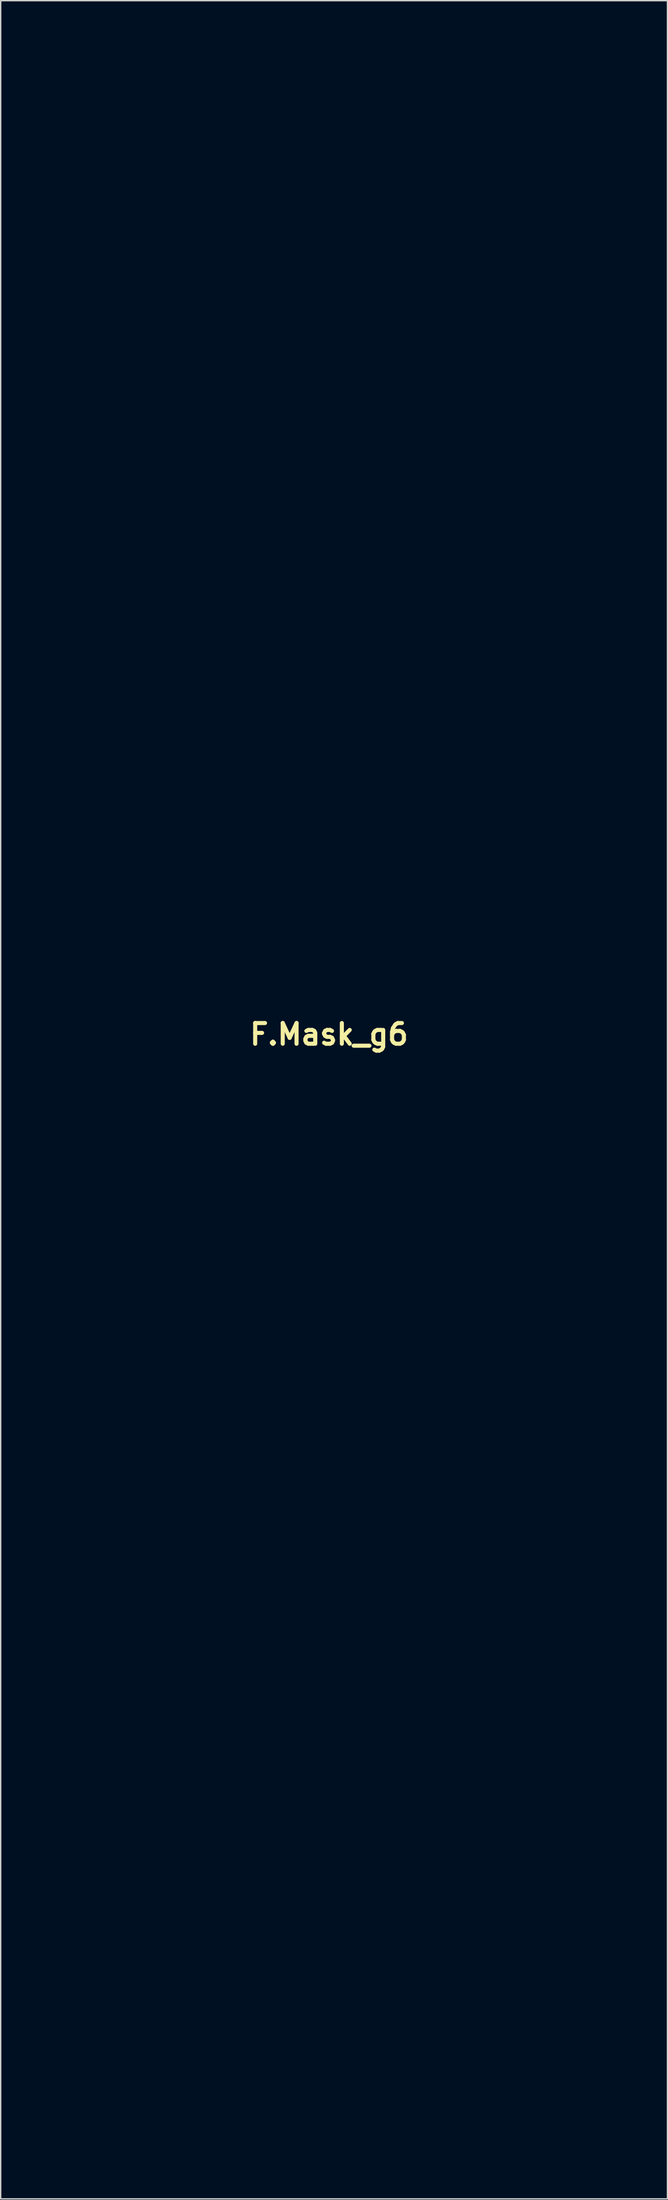
<source format=kicad_pcb>
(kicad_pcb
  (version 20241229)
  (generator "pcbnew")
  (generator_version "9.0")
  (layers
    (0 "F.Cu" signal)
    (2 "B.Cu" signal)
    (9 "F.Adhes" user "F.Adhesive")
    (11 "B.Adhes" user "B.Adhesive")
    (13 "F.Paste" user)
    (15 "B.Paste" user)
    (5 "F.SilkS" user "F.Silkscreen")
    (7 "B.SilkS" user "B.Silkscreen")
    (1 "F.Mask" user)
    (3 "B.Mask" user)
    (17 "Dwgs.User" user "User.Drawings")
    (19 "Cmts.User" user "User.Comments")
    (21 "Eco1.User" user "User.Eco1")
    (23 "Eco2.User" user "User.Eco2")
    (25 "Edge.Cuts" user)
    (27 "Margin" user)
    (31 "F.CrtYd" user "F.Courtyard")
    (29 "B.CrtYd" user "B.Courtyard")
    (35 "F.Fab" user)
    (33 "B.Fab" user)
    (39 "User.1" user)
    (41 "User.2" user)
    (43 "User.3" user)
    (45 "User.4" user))
  (footprint "F.Mask_g6"
    (layer "F.Cu")
    (at 21.197 73.065)
    (property "Reference" "F.Mask_g6" (at 0 0 0) (layer "F.SilkS") (effects (font (size 1.524 1.524) (thickness 0.3))))
    (attr through_hole)
    (fp_poly (pts (xy 7.835 -29.71) (xy 7.912 -29.689) (xy 7.915 -29.688) (xy 7.934 -29.673) (xy 7.973 -29.637) (xy 8.032 -29.58) (xy 8.109 -29.505) (xy 8.203 -29.411) (xy 8.314 -29.301) (xy 8.439 -29.176) (xy 8.577 -29.037) (xy 8.728 -28.884) (xy 8.89 -28.721) (xy 9.062 -28.547) (xy 9.242 -28.364) (xy 9.43 -28.173) (xy 9.624 -27.975) (xy 9.823 -27.772) (xy 10.025 -27.566) (xy 10.23 -27.356) (xy 10.437 -27.145) (xy 10.643 -26.934) (xy 10.848 -26.723) (xy 11.051 -26.515) (xy 11.25 -26.31) (xy 11.444 -26.11) (xy 11.633 -25.916) (xy 11.814 -25.729) (xy 11.986 -25.551) (xy 12.149 -25.383) (xy 12.3 -25.225) (xy 12.44 -25.08) (xy 12.566 -24.948) (xy 12.677 -24.831) (xy 12.773 -24.73) (xy 12.852 -24.646) (xy 12.912 -24.58) (xy 12.953 -24.535) (xy 12.973 -24.51) (xy 12.974 -24.508) (xy 13.009 -24.413) (xy 13.018 -24.311) (xy 13.001 -24.212) (xy 12.981 -24.165) (xy 12.966 -24.146) (xy 12.929 -24.108) (xy 12.871 -24.05) (xy 12.794 -23.974) (xy 12.699 -23.881) (xy 12.587 -23.773) (xy 12.459 -23.65) (xy 12.317 -23.514) (xy 12.162 -23.366) (xy 11.995 -23.207) (xy 11.818 -23.038) (xy 11.631 -22.861) (xy 11.437 -22.676) (xy 11.236 -22.486) (xy 11.03 -22.29) (xy 10.819 -22.091) (xy 10.606 -21.89) (xy 10.391 -21.687) (xy 10.176 -21.484) (xy 9.962 -21.283) (xy 9.75 -21.083) (xy 9.542 -20.888) (xy 9.338 -20.697) (xy 9.141 -20.512) (xy 8.951 -20.334) (xy 8.769 -20.164) (xy 8.598 -20.004) (xy 8.437 -19.855) (xy 8.29 -19.718) (xy 8.155 -19.594) (xy 8.036 -19.484) (xy 7.933 -19.39) (xy 7.848 -19.312) (xy 7.782 -19.253) (xy 7.735 -19.213) (xy 7.71 -19.193) (xy 7.707 -19.191) (xy 7.632 -19.169) (xy 7.543 -19.162) (xy 7.453 -19.168) (xy 7.376 -19.19) (xy 7.373 -19.191) (xy 7.354 -19.206) (xy 7.315 -19.242) (xy 7.256 -19.299) (xy 7.179 -19.374) (xy 7.085 -19.468) (xy 6.974 -19.578) (xy 6.849 -19.703) (xy 6.71 -19.843) (xy 6.56 -19.995) (xy 6.398 -20.159) (xy 6.226 -20.333) (xy 6.046 -20.516) (xy 5.858 -20.707) (xy 5.664 -20.904) (xy 5.465 -21.107) (xy 5.262 -21.314) (xy 5.057 -21.523) (xy 4.851 -21.735) (xy 4.645 -21.946) (xy 4.439 -22.157) (xy 4.237 -22.365) (xy 4.037 -22.57) (xy 3.843 -22.77) (xy 3.655 -22.964) (xy 3.474 -23.151) (xy 3.301 -23.329) (xy 3.139 -23.498) (xy 2.987 -23.655) (xy 2.847 -23.801) (xy 2.721 -23.933) (xy 2.609 -24.05) (xy 2.514 -24.151) (xy 2.435 -24.235) (xy 2.375 -24.301) (xy 2.334 -24.347) (xy 2.314 -24.371) (xy 2.312 -24.373) (xy 2.287 -24.425) (xy 2.274 -24.47) (xy 2.272 -24.522) (xy 2.273 -24.559) (xy 2.283 -24.637) (xy 2.302 -24.704) (xy 2.31 -24.722) (xy 2.325 -24.74) (xy 2.362 -24.778) (xy 2.419 -24.835) (xy 2.496 -24.91) (xy 2.591 -25.002) (xy 2.703 -25.11) (xy 2.831 -25.233) (xy 2.973 -25.368) (xy 3.127 -25.516) (xy 3.294 -25.674) (xy 3.471 -25.843) (xy 3.657 -26.019) (xy 3.851 -26.203) (xy 4.052 -26.393) (xy 4.258 -26.588) (xy 4.468 -26.787) (xy 4.681 -26.988) (xy 4.896 -27.19) (xy 5.111 -27.393) (xy 5.325 -27.594) (xy 5.537 -27.793) (xy 5.745 -27.989) (xy 5.948 -28.18) (xy 6.146 -28.365) (xy 6.336 -28.542) (xy 6.517 -28.712) (xy 6.689 -28.872) (xy 6.849 -29.021) (xy 6.997 -29.159) (xy 7.131 -29.283) (xy 7.25 -29.393) (xy 7.353 -29.487) (xy 7.439 -29.565) (xy 7.505 -29.625) (xy 7.552 -29.666) (xy 7.577 -29.686) (xy 7.58 -29.688) (xy 7.655 -29.71) (xy 7.745 -29.717) (xy 7.835 -29.71)) (stroke (width 0.01) (type solid)) (fill yes) (layer "F.Mask"))
    (fp_poly (pts (xy -1.232 72.13) (xy -1.181 72.138) (xy -1.137 72.155) (xy -1.114 72.168) (xy -1.095 72.184) (xy -1.055 72.221) (xy -0.996 72.279) (xy -0.918 72.355) (xy -0.823 72.45) (xy -0.713 72.561) (xy -0.587 72.687) (xy -0.448 72.827) (xy -0.298 72.98) (xy -0.136 73.144) (xy 0.036 73.319) (xy 0.216 73.502) (xy 0.404 73.694) (xy 0.598 73.892) (xy 0.796 74.095) (xy 0.999 74.302) (xy 1.204 74.511) (xy 1.41 74.723) (xy 1.616 74.934) (xy 1.82 75.145) (xy 2.023 75.353) (xy 2.222 75.557) (xy 2.416 75.757) (xy 2.603 75.951) (xy 2.784 76.137) (xy 2.956 76.315) (xy 3.118 76.483) (xy 3.269 76.64) (xy 3.408 76.785) (xy 3.534 76.916) (xy 3.645 77.033) (xy 3.74 77.133) (xy 3.818 77.216) (xy 3.878 77.28) (xy 3.918 77.325) (xy 3.937 77.348) (xy 3.939 77.351) (xy 3.965 77.443) (xy 3.968 77.542) (xy 3.947 77.64) (xy 3.905 77.726) (xy 3.877 77.762) (xy 3.861 77.777) (xy 3.824 77.813) (xy 3.765 77.868) (xy 3.687 77.943) (xy 3.589 78.035) (xy 3.474 78.143) (xy 3.343 78.268) (xy 3.195 78.407) (xy 3.033 78.56) (xy 2.858 78.726) (xy 2.67 78.904) (xy 2.471 79.092) (xy 2.261 79.29) (xy 2.042 79.496) (xy 1.815 79.71) (xy 1.581 79.931) (xy 1.341 80.158) (xy 1.289 80.206) (xy 1.031 80.449) (xy 0.782 80.684) (xy 0.541 80.91) (xy 0.311 81.126) (xy 0.093 81.331) (xy -0.114 81.525) (xy -0.308 81.706) (xy -0.488 81.874) (xy -0.653 82.028) (xy -0.802 82.167) (xy -0.935 82.29) (xy -1.049 82.396) (xy -1.146 82.484) (xy -1.222 82.554) (xy -1.278 82.604) (xy -1.313 82.634) (xy -1.324 82.642) (xy -1.416 82.675) (xy -1.519 82.686) (xy -1.622 82.674) (xy -1.643 82.668) (xy -1.678 82.655) (xy -1.711 82.636) (xy -1.75 82.607) (xy -1.797 82.564) (xy -1.858 82.503) (xy -1.897 82.463) (xy -1.925 82.434) (xy -1.975 82.384) (xy -2.044 82.313) (xy -2.132 82.222) (xy -2.237 82.114) (xy -2.359 81.989) (xy -2.497 81.848) (xy -2.648 81.692) (xy -2.813 81.524) (xy -2.99 81.342) (xy -3.178 81.15) (xy -3.375 80.948) (xy -3.581 80.737) (xy -3.795 80.518) (xy -4.014 80.293) (xy -4.239 80.062) (xy -4.389 79.908) (xy -4.615 79.677) (xy -4.835 79.451) (xy -5.048 79.232) (xy -5.254 79.021) (xy -5.45 78.818) (xy -5.637 78.626) (xy -5.813 78.444) (xy -5.976 78.275) (xy -6.127 78.119) (xy -6.264 77.977) (xy -6.385 77.85) (xy -6.491 77.74) (xy -6.579 77.647) (xy -6.649 77.573) (xy -6.699 77.519) (xy -6.729 77.486) (xy -6.738 77.475) (xy -6.757 77.425) (xy -6.771 77.361) (xy -6.776 77.323) (xy -6.777 77.261) (xy -6.771 77.207) (xy -6.753 77.156) (xy -6.721 77.103) (xy -6.672 77.043) (xy -6.604 76.972) (xy -6.543 76.912) (xy -6.477 76.848) (xy -6.393 76.767) (xy -6.29 76.67) (xy -6.172 76.557) (xy -6.039 76.431) (xy -5.892 76.292) (xy -5.732 76.142) (xy -5.562 75.981) (xy -5.382 75.811) (xy -5.194 75.634) (xy -4.998 75.45) (xy -4.797 75.26) (xy -4.591 75.067) (xy -4.381 74.87) (xy -4.17 74.671) (xy -3.958 74.472) (xy -3.747 74.274) (xy -3.537 74.077) (xy -3.331 73.884) (xy -3.129 73.694) (xy -2.932 73.511) (xy -2.743 73.334) (xy -2.562 73.164) (xy -2.391 73.004) (xy -2.23 72.854) (xy -2.082 72.716) (xy -1.947 72.59) (xy -1.827 72.479) (xy -1.723 72.382) (xy -1.636 72.302) (xy -1.568 72.24) (xy -1.519 72.196) (xy -1.492 72.172) (xy -1.487 72.168) (xy -1.444 72.146) (xy -1.401 72.134) (xy -1.344 72.129) (xy -1.302 72.128) (xy -1.232 72.13)) (stroke (width 0.01) (type solid)) (fill yes) (layer "F.Mask"))
    (fp_poly (pts (xy -0.162 39.877) (xy -0.082 39.901) (xy -0.069 39.909) (xy -0.047 39.927) (xy -0.016 39.955) (xy 0.026 39.995) (xy 0.079 40.046) (xy 0.144 40.11) (xy 0.222 40.187) (xy 0.313 40.278) (xy 0.418 40.383) (xy 0.538 40.504) (xy 0.674 40.642) (xy 0.825 40.796) (xy 0.994 40.967) (xy 1.18 41.157) (xy 1.385 41.366) (xy 1.608 41.595) (xy 1.852 41.844) (xy 2.116 42.114) (xy 2.401 42.406) (xy 2.47 42.477) (xy 2.775 42.79) (xy 3.063 43.085) (xy 3.331 43.361) (xy 3.58 43.617) (xy 3.81 43.854) (xy 4.02 44.071) (xy 4.21 44.268) (xy 4.381 44.444) (xy 4.53 44.6) (xy 4.659 44.735) (xy 4.767 44.849) (xy 4.854 44.941) (xy 4.92 45.011) (xy 4.963 45.06) (xy 4.985 45.086) (xy 4.987 45.089) (xy 5.018 45.181) (xy 5.023 45.281) (xy 5.004 45.379) (xy 4.985 45.424) (xy 4.976 45.437) (xy 4.958 45.458) (xy 4.93 45.488) (xy 4.891 45.528) (xy 4.841 45.578) (xy 4.779 45.639) (xy 4.704 45.713) (xy 4.616 45.798) (xy 4.513 45.897) (xy 4.394 46.011) (xy 4.26 46.138) (xy 4.11 46.282) (xy 3.941 46.441) (xy 3.755 46.618) (xy 3.55 46.812) (xy 3.324 47.025) (xy 3.079 47.257) (xy 2.812 47.508) (xy 2.523 47.78) (xy 2.365 47.929) (xy 2.119 48.161) (xy 1.878 48.387) (xy 1.645 48.606) (xy 1.42 48.817) (xy 1.204 49.02) (xy 0.999 49.212) (xy 0.805 49.393) (xy 0.624 49.562) (xy 0.456 49.718) (xy 0.303 49.861) (xy 0.165 49.989) (xy 0.044 50.101) (xy -0.059 50.196) (xy -0.144 50.273) (xy -0.209 50.332) (xy -0.253 50.371) (xy -0.275 50.39) (xy -0.277 50.391) (xy -0.355 50.417) (xy -0.446 50.429) (xy -0.537 50.425) (xy -0.599 50.41) (xy -0.606 50.407) (xy -0.612 50.407) (xy -0.616 50.407) (xy -0.62 50.407) (xy -0.625 50.405) (xy -0.632 50.402) (xy -0.641 50.396) (xy -0.653 50.386) (xy -0.67 50.372) (xy -0.691 50.352) (xy -0.719 50.326) (xy -0.753 50.293) (xy -0.794 50.252) (xy -0.844 50.202) (xy -0.903 50.143) (xy -0.972 50.073) (xy -1.052 49.992) (xy -1.144 49.898) (xy -1.249 49.791) (xy -1.367 49.671) (xy -1.499 49.536) (xy -1.646 49.385) (xy -1.81 49.217) (xy -1.99 49.033) (xy -2.188 48.83) (xy -2.405 48.608) (xy -2.641 48.366) (xy -2.897 48.103) (xy -3.175 47.819) (xy -3.253 47.739) (xy -3.482 47.504) (xy -3.706 47.274) (xy -3.923 47.051) (xy -4.132 46.836) (xy -4.333 46.629) (xy -4.524 46.433) (xy -4.704 46.247) (xy -4.872 46.073) (xy -5.027 45.912) (xy -5.169 45.765) (xy -5.295 45.634) (xy -5.406 45.518) (xy -5.5 45.42) (xy -5.575 45.341) (xy -5.632 45.281) (xy -5.668 45.241) (xy -5.683 45.223) (xy -5.683 45.223) (xy -5.713 45.147) (xy -5.724 45.057) (xy -5.717 44.964) (xy -5.693 44.882) (xy -5.685 44.87) (xy -5.669 44.85) (xy -5.643 44.822) (xy -5.607 44.785) (xy -5.56 44.738) (xy -5.501 44.68) (xy -5.43 44.61) (xy -5.346 44.528) (xy -5.247 44.433) (xy -5.134 44.325) (xy -5.005 44.202) (xy -4.86 44.064) (xy -4.698 43.91) (xy -4.518 43.739) (xy -4.319 43.551) (xy -4.101 43.344) (xy -3.862 43.119) (xy -3.602 42.874) (xy -3.321 42.609) (xy -3.074 42.377) (xy -2.826 42.143) (xy -2.584 41.915) (xy -2.349 41.695) (xy -2.123 41.482) (xy -1.906 41.279) (xy -1.7 41.086) (xy -1.506 40.905) (xy -1.324 40.735) (xy -1.155 40.578) (xy -1.002 40.435) (xy -0.864 40.307) (xy -0.743 40.195) (xy -0.639 40.1) (xy -0.555 40.023) (xy -0.49 39.964) (xy -0.446 39.925) (xy -0.424 39.906) (xy -0.422 39.905) (xy -0.345 39.879) (xy -0.254 39.87) (xy -0.162 39.877)) (stroke (width 0.01) (type solid)) (fill yes) (layer "F.Mask"))
    (fp_poly (pts (xy 0.189 29.192) (xy 0.2 29.195) (xy 0.243 29.216) (xy 0.296 29.252) (xy 0.347 29.296) (xy 0.381 29.329) (xy 0.435 29.382) (xy 0.507 29.455) (xy 0.597 29.546) (xy 0.703 29.653) (xy 0.824 29.776) (xy 0.958 29.913) (xy 1.105 30.063) (xy 1.263 30.224) (xy 1.431 30.396) (xy 1.608 30.577) (xy 1.792 30.766) (xy 1.983 30.962) (xy 2.178 31.163) (xy 2.378 31.368) (xy 2.58 31.575) (xy 2.784 31.785) (xy 2.987 31.994) (xy 3.19 32.203) (xy 3.39 32.409) (xy 3.587 32.612) (xy 3.779 32.811) (xy 3.966 33.003) (xy 4.145 33.188) (xy 4.315 33.364) (xy 4.476 33.531) (xy 4.626 33.686) (xy 4.764 33.829) (xy 4.889 33.959) (xy 4.999 34.074) (xy 5.094 34.172) (xy 5.171 34.254) (xy 5.23 34.316) (xy 5.27 34.359) (xy 5.289 34.381) (xy 5.29 34.383) (xy 5.323 34.466) (xy 5.335 34.562) (xy 5.326 34.66) (xy 5.308 34.72) (xy 5.301 34.731) (xy 5.287 34.749) (xy 5.265 34.773) (xy 5.234 34.807) (xy 5.193 34.849) (xy 5.142 34.9) (xy 5.078 34.963) (xy 5.003 35.036) (xy 4.913 35.123) (xy 4.81 35.222) (xy 4.692 35.335) (xy 4.558 35.462) (xy 4.407 35.606) (xy 4.238 35.765) (xy 4.052 35.942) (xy 3.845 36.137) (xy 3.619 36.351) (xy 3.371 36.584) (xy 3.102 36.838) (xy 2.97 36.962) (xy 2.736 37.182) (xy 2.506 37.399) (xy 2.281 37.611) (xy 2.062 37.818) (xy 1.85 38.017) (xy 1.647 38.208) (xy 1.454 38.39) (xy 1.273 38.561) (xy 1.104 38.72) (xy 0.949 38.866) (xy 0.809 38.998) (xy 0.686 39.114) (xy 0.58 39.214) (xy 0.493 39.295) (xy 0.427 39.358) (xy 0.382 39.4) (xy 0.376 39.406) (xy 0.284 39.492) (xy 0.2 39.568) (xy 0.128 39.629) (xy 0.071 39.675) (xy 0.033 39.701) (xy 0.027 39.704) (xy -0.05 39.727) (xy -0.141 39.735) (xy -0.232 39.728) (xy -0.309 39.706) (xy -0.31 39.705) (xy -0.324 39.695) (xy -0.351 39.672) (xy -0.391 39.635) (xy -0.444 39.584) (xy -0.512 39.517) (xy -0.595 39.435) (xy -0.693 39.337) (xy -0.807 39.223) (xy -0.938 39.091) (xy -1.086 38.941) (xy -1.251 38.773) (xy -1.435 38.586) (xy -1.638 38.379) (xy -1.86 38.152) (xy -2.102 37.904) (xy -2.365 37.636) (xy -2.649 37.345) (xy -2.842 37.147) (xy -3.075 36.908) (xy -3.302 36.675) (xy -3.523 36.449) (xy -3.736 36.23) (xy -3.94 36.021) (xy -4.134 35.821) (xy -4.318 35.632) (xy -4.49 35.455) (xy -4.65 35.291) (xy -4.795 35.141) (xy -4.926 35.006) (xy -5.041 34.887) (xy -5.139 34.786) (xy -5.22 34.702) (xy -5.281 34.638) (xy -5.323 34.594) (xy -5.344 34.572) (xy -5.346 34.57) (xy -5.392 34.482) (xy -5.412 34.384) (xy -5.406 34.283) (xy -5.373 34.187) (xy -5.37 34.181) (xy -5.361 34.168) (xy -5.344 34.148) (xy -5.319 34.12) (xy -5.284 34.084) (xy -5.239 34.038) (xy -5.183 33.983) (xy -5.116 33.916) (xy -5.035 33.838) (xy -4.941 33.748) (xy -4.833 33.644) (xy -4.71 33.526) (xy -4.571 33.394) (xy -4.416 33.247) (xy -4.243 33.083) (xy -4.052 32.902) (xy -3.842 32.703) (xy -3.612 32.486) (xy -3.361 32.25) (xy -3.089 31.993) (xy -2.794 31.716) (xy -2.746 31.671) (xy -2.503 31.442) (xy -2.266 31.219) (xy -2.035 31.002) (xy -1.812 30.793) (xy -1.598 30.593) (xy -1.394 30.402) (xy -1.202 30.221) (xy -1.021 30.053) (xy -0.853 29.896) (xy -0.7 29.754) (xy -0.562 29.625) (xy -0.44 29.513) (xy -0.336 29.417) (xy -0.25 29.338) (xy -0.184 29.278) (xy -0.138 29.237) (xy -0.114 29.217) (xy -0.111 29.215) (xy -0.046 29.194) (xy 0.035 29.183) (xy 0.118 29.181) (xy 0.189 29.192)) (stroke (width 0.01) (type solid)) (fill yes) (layer "F.Mask"))
    (fp_poly (pts (xy -0.559 50.652) (xy -0.498 50.674) (xy -0.484 50.684) (xy -0.456 50.708) (xy -0.416 50.746) (xy -0.362 50.798) (xy -0.293 50.865) (xy -0.209 50.948) (xy -0.11 51.047) (xy 0.005 51.163) (xy 0.137 51.296) (xy 0.286 51.447) (xy 0.452 51.616) (xy 0.637 51.805) (xy 0.841 52.013) (xy 1.065 52.241) (xy 1.308 52.49) (xy 1.572 52.76) (xy 1.857 53.052) (xy 2.061 53.261) (xy 2.339 53.546) (xy 2.596 53.81) (xy 2.832 54.052) (xy 3.049 54.274) (xy 3.247 54.478) (xy 3.427 54.663) (xy 3.59 54.83) (xy 3.737 54.982) (xy 3.868 55.117) (xy 3.985 55.238) (xy 4.088 55.346) (xy 4.179 55.44) (xy 4.257 55.523) (xy 4.325 55.594) (xy 4.382 55.656) (xy 4.43 55.708) (xy 4.47 55.751) (xy 4.502 55.787) (xy 4.527 55.817) (xy 4.546 55.841) (xy 4.56 55.86) (xy 4.57 55.876) (xy 4.577 55.888) (xy 4.581 55.898) (xy 4.599 55.99) (xy 4.597 56.086) (xy 4.575 56.174) (xy 4.565 56.197) (xy 4.562 56.202) (xy 4.561 56.207) (xy 4.56 56.21) (xy 4.558 56.214) (xy 4.555 56.219) (xy 4.55 56.226) (xy 4.542 56.236) (xy 4.53 56.249) (xy 4.513 56.267) (xy 4.49 56.29) (xy 4.46 56.319) (xy 4.423 56.356) (xy 4.377 56.4) (xy 4.322 56.452) (xy 4.257 56.514) (xy 4.181 56.587) (xy 4.092 56.67) (xy 3.991 56.766) (xy 3.877 56.874) (xy 3.747 56.996) (xy 3.603 57.133) (xy 3.441 57.285) (xy 3.263 57.453) (xy 3.067 57.638) (xy 2.851 57.841) (xy 2.616 58.063) (xy 2.36 58.304) (xy 2.082 58.566) (xy 1.885 58.752) (xy 1.577 59.042) (xy 1.291 59.31) (xy 1.028 59.558) (xy 0.785 59.786) (xy 0.564 59.994) (xy 0.362 60.183) (xy 0.18 60.353) (xy 0.016 60.505) (xy -0.129 60.64) (xy -0.257 60.759) (xy -0.367 60.86) (xy -0.461 60.946) (xy -0.54 61.017) (xy -0.603 61.073) (xy -0.651 61.115) (xy -0.685 61.144) (xy -0.706 61.16) (xy -0.711 61.162) (xy -0.804 61.191) (xy -0.906 61.197) (xy -1.004 61.181) (xy -1.045 61.166) (xy -1.089 61.14) (xy -1.143 61.097) (xy -1.199 61.047) (xy -1.212 61.033) (xy -1.232 61.012) (xy -1.274 60.97) (xy -1.336 60.906) (xy -1.416 60.824) (xy -1.515 60.723) (xy -1.63 60.605) (xy -1.761 60.47) (xy -1.907 60.321) (xy -2.066 60.157) (xy -2.238 59.981) (xy -2.421 59.793) (xy -2.615 59.595) (xy -2.818 59.387) (xy -3.03 59.17) (xy -3.248 58.946) (xy -3.473 58.716) (xy -3.691 58.493) (xy -4.008 58.168) (xy -4.303 57.865) (xy -4.576 57.585) (xy -4.826 57.328) (xy -5.054 57.093) (xy -5.259 56.881) (xy -5.443 56.691) (xy -5.604 56.523) (xy -5.743 56.378) (xy -5.86 56.256) (xy -5.954 56.155) (xy -6.027 56.078) (xy -6.077 56.022) (xy -6.105 55.989) (xy -6.111 55.981) (xy -6.142 55.892) (xy -6.15 55.793) (xy -6.134 55.697) (xy -6.11 55.64) (xy -6.094 55.621) (xy -6.056 55.582) (xy -5.998 55.523) (xy -5.92 55.447) (xy -5.824 55.354) (xy -5.711 55.245) (xy -5.583 55.121) (xy -5.44 54.985) (xy -5.285 54.836) (xy -5.118 54.676) (xy -4.94 54.507) (xy -4.753 54.33) (xy -4.559 54.145) (xy -4.357 53.954) (xy -4.151 53.759) (xy -3.94 53.56) (xy -3.727 53.358) (xy -3.512 53.156) (xy -3.297 52.953) (xy -3.083 52.752) (xy -2.872 52.553) (xy -2.664 52.358) (xy -2.461 52.167) (xy -2.264 51.983) (xy -2.075 51.806) (xy -1.894 51.637) (xy -1.723 51.478) (xy -1.564 51.33) (xy -1.418 51.194) (xy -1.285 51.072) (xy -1.167 50.964) (xy -1.066 50.871) (xy -0.983 50.796) (xy -0.918 50.738) (xy -0.874 50.7) (xy -0.851 50.682) (xy -0.85 50.682) (xy -0.759 50.65) (xy -0.658 50.64) (xy -0.559 50.652)) (stroke (width 0.01) (type solid)) (fill yes) (layer "F.Mask"))
    (fp_poly (pts (xy -15.634 23.646) (xy -15.558 23.665) (xy -15.527 23.679) (xy -15.511 23.693) (xy -15.474 23.729) (xy -15.417 23.785) (xy -15.341 23.861) (xy -15.246 23.956) (xy -15.135 24.069) (xy -15.008 24.197) (xy -14.865 24.342) (xy -14.709 24.501) (xy -14.539 24.673) (xy -14.358 24.858) (xy -14.166 25.054) (xy -13.963 25.26) (xy -13.752 25.476) (xy -13.533 25.7) (xy -13.307 25.931) (xy -13.075 26.168) (xy -12.99 26.256) (xy -12.682 26.572) (xy -12.395 26.866) (xy -12.131 27.138) (xy -11.887 27.388) (xy -11.664 27.618) (xy -11.462 27.827) (xy -11.279 28.015) (xy -11.117 28.184) (xy -10.973 28.333) (xy -10.849 28.463) (xy -10.743 28.574) (xy -10.655 28.667) (xy -10.585 28.742) (xy -10.533 28.799) (xy -10.497 28.839) (xy -10.479 28.863) (xy -10.476 28.867) (xy -10.449 28.964) (xy -10.449 29.067) (xy -10.477 29.17) (xy -10.49 29.198) (xy -10.534 29.285) (xy -10.482 29.315) (xy -10.465 29.33) (xy -10.428 29.366) (xy -10.37 29.423) (xy -10.294 29.498) (xy -10.201 29.592) (xy -10.092 29.702) (xy -9.969 29.827) (xy -9.832 29.966) (xy -9.682 30.118) (xy -9.522 30.281) (xy -9.351 30.455) (xy -9.172 30.638) (xy -8.986 30.828) (xy -8.793 31.025) (xy -8.596 31.228) (xy -8.394 31.434) (xy -8.19 31.643) (xy -7.985 31.854) (xy -7.78 32.064) (xy -7.575 32.274) (xy -7.374 32.482) (xy -7.175 32.686) (xy -6.982 32.885) (xy -6.794 33.079) (xy -6.614 33.265) (xy -6.442 33.443) (xy -6.279 33.61) (xy -6.128 33.767) (xy -5.988 33.912) (xy -5.862 34.043) (xy -5.75 34.16) (xy -5.654 34.26) (xy -5.575 34.344) (xy -5.515 34.408) (xy -5.473 34.453) (xy -5.452 34.477) (xy -5.45 34.48) (xy -5.428 34.548) (xy -5.417 34.629) (xy -5.417 34.711) (xy -5.429 34.773) (xy -5.453 34.825) (xy -5.486 34.876) (xy -5.49 34.88) (xy -5.505 34.896) (xy -5.543 34.932) (xy -5.601 34.988) (xy -5.679 35.063) (xy -5.777 35.155) (xy -5.892 35.265) (xy -6.023 35.39) (xy -6.171 35.529) (xy -6.333 35.683) (xy -6.508 35.849) (xy -6.697 36.026) (xy -6.896 36.215) (xy -7.106 36.413) (xy -7.325 36.62) (xy -7.552 36.834) (xy -7.787 37.055) (xy -8.027 37.282) (xy -8.085 37.337) (xy -8.373 37.608) (xy -8.648 37.867) (xy -8.909 38.112) (xy -9.154 38.342) (xy -9.384 38.558) (xy -9.598 38.758) (xy -9.795 38.942) (xy -9.975 39.11) (xy -10.137 39.26) (xy -10.28 39.393) (xy -10.404 39.507) (xy -10.508 39.602) (xy -10.591 39.678) (xy -10.653 39.734) (xy -10.693 39.769) (xy -10.711 39.782) (xy -10.795 39.813) (xy -10.889 39.826) (xy -10.981 39.82) (xy -11.023 39.808) (xy -11.077 39.782) (xy -11.13 39.747) (xy -11.139 39.74) (xy -11.155 39.725) (xy -11.192 39.688) (xy -11.25 39.63) (xy -11.326 39.552) (xy -11.42 39.456) (xy -11.532 39.343) (xy -11.659 39.213) (xy -11.802 39.068) (xy -11.958 38.908) (xy -12.128 38.735) (xy -12.309 38.55) (xy -12.501 38.353) (xy -12.703 38.147) (xy -12.914 37.931) (xy -13.132 37.707) (xy -13.357 37.476) (xy -13.589 37.239) (xy -13.647 37.179) (xy -13.963 36.855) (xy -14.257 36.554) (xy -14.528 36.274) (xy -14.778 36.017) (xy -15.006 35.782) (xy -15.213 35.569) (xy -15.398 35.377) (xy -15.562 35.207) (xy -15.705 35.058) (xy -15.827 34.93) (xy -15.928 34.823) (xy -16.009 34.737) (xy -16.069 34.672) (xy -16.109 34.627) (xy -16.129 34.603) (xy -16.131 34.6) (xy -16.157 34.508) (xy -16.159 34.406) (xy -16.138 34.306) (xy -16.118 34.258) (xy -16.095 34.204) (xy -16.089 34.173) (xy -16.094 34.167) (xy -16.102 34.163) (xy -16.113 34.155) (xy -16.129 34.143) (xy -16.15 34.125) (xy -16.176 34.101) (xy -16.21 34.069) (xy -16.251 34.03) (xy -16.301 33.981) (xy -16.36 33.922) (xy -16.429 33.853) (xy -16.509 33.773) (xy -16.602 33.68) (xy -16.706 33.573) (xy -16.825 33.453) (xy -16.958 33.318) (xy -17.106 33.166) (xy -17.27 32.999) (xy -17.451 32.813) (xy -17.65 32.61) (xy -17.867 32.387) (xy -18.104 32.144) (xy -18.362 31.88) (xy -18.64 31.594) (xy -18.679 31.554) (xy -18.988 31.237) (xy -19.275 30.943) (xy -19.54 30.67) (xy -19.783 30.42) (xy -20.006 30.19) (xy -20.208 29.981) (xy -20.39 29.793) (xy -20.551 29.626) (xy -20.693 29.478) (xy -20.815 29.35) (xy -20.919 29.241) (xy -21.003 29.151) (xy -21.069 29.08) (xy -21.117 29.027) (xy -21.147 28.992) (xy -21.159 28.976) (xy -21.179 28.93) (xy -21.19 28.886) (xy -21.192 28.831) (xy -21.191 28.788) (xy -21.185 28.721) (xy -21.175 28.674) (xy -21.156 28.634) (xy -21.137 28.607) (xy -21.121 28.59) (xy -21.083 28.552) (xy -21.024 28.495) (xy -20.945 28.418) (xy -20.848 28.325) (xy -20.732 28.214) (xy -20.6 28.088) (xy -20.452 27.947) (xy -20.289 27.792) (xy -20.113 27.625) (xy -19.924 27.446) (xy -19.724 27.257) (xy -19.513 27.058) (xy -19.294 26.85) (xy -19.065 26.635) (xy -18.83 26.413) (xy -18.589 26.186) (xy -18.518 26.119) (xy -18.205 25.824) (xy -17.914 25.551) (xy -17.645 25.298) (xy -17.398 25.066) (xy -17.171 24.853) (xy -16.965 24.66) (xy -16.778 24.486) (xy -16.611 24.33) (xy -16.462 24.192) (xy -16.332 24.071) (xy -16.219 23.967) (xy -16.123 23.879) (xy -16.043 23.807) (xy -15.979 23.75) (xy -15.931 23.708) (xy -15.898 23.681) (xy -15.879 23.667) (xy -15.876 23.666) (xy -15.806 23.646) (xy -15.721 23.639) (xy -15.634 23.646)) (stroke (width 0.01) (type solid)) (fill yes) (layer "F.Mask"))
    (fp_poly (pts (xy 16.564 23.847) (xy 16.619 23.859) (xy 16.673 23.883) (xy 16.682 23.888) (xy 16.696 23.898) (xy 16.719 23.918) (xy 16.753 23.948) (xy 16.797 23.99) (xy 16.852 24.043) (xy 16.919 24.11) (xy 16.999 24.189) (xy 17.092 24.283) (xy 17.2 24.392) (xy 17.322 24.516) (xy 17.46 24.656) (xy 17.614 24.814) (xy 17.785 24.989) (xy 17.974 25.182) (xy 18.181 25.394) (xy 18.407 25.627) (xy 18.652 25.879) (xy 18.918 26.153) (xy 19.206 26.449) (xy 19.312 26.559) (xy 19.556 26.81) (xy 19.793 27.055) (xy 20.023 27.292) (xy 20.243 27.52) (xy 20.454 27.738) (xy 20.655 27.946) (xy 20.844 28.142) (xy 21.02 28.326) (xy 21.183 28.495) (xy 21.332 28.65) (xy 21.465 28.79) (xy 21.583 28.913) (xy 21.683 29.018) (xy 21.765 29.105) (xy 21.828 29.173) (xy 21.871 29.22) (xy 21.893 29.246) (xy 21.896 29.25) (xy 21.922 29.324) (xy 21.932 29.414) (xy 21.926 29.505) (xy 21.904 29.585) (xy 21.896 29.601) (xy 21.892 29.608) (xy 21.888 29.616) (xy 21.882 29.625) (xy 21.875 29.635) (xy 21.865 29.647) (xy 21.852 29.662) (xy 21.834 29.682) (xy 21.811 29.706) (xy 21.782 29.735) (xy 21.746 29.771) (xy 21.702 29.814) (xy 21.649 29.865) (xy 21.588 29.925) (xy 21.516 29.994) (xy 21.433 30.074) (xy 21.338 30.165) (xy 21.23 30.267) (xy 21.108 30.383) (xy 20.972 30.512) (xy 20.821 30.656) (xy 20.654 30.814) (xy 20.469 30.989) (xy 20.267 31.181) (xy 20.047 31.39) (xy 19.806 31.617) (xy 19.546 31.864) (xy 19.264 32.131) (xy 18.96 32.419) (xy 18.886 32.489) (xy 18.595 32.764) (xy 18.321 33.023) (xy 18.063 33.266) (xy 17.823 33.493) (xy 17.601 33.702) (xy 17.397 33.893) (xy 17.212 34.067) (xy 17.046 34.221) (xy 16.9 34.357) (xy 16.774 34.474) (xy 16.669 34.571) (xy 16.585 34.647) (xy 16.523 34.703) (xy 16.482 34.738) (xy 16.466 34.75) (xy 16.408 34.776) (xy 16.349 34.788) (xy 16.288 34.79) (xy 16.227 34.788) (xy 16.173 34.783) (xy 16.143 34.777) (xy 16.119 34.771) (xy 16.106 34.777) (xy 16.099 34.802) (xy 16.094 34.848) (xy 16.084 34.911) (xy 16.067 34.972) (xy 16.058 34.993) (xy 16.044 35.01) (xy 16.008 35.048) (xy 15.951 35.104) (xy 15.874 35.179) (xy 15.78 35.27) (xy 15.669 35.378) (xy 15.542 35.499) (xy 15.401 35.634) (xy 15.247 35.781) (xy 15.081 35.939) (xy 14.905 36.107) (xy 14.719 36.284) (xy 14.526 36.467) (xy 14.326 36.657) (xy 14.12 36.851) (xy 13.91 37.05) (xy 13.698 37.251) (xy 13.484 37.453) (xy 13.269 37.655) (xy 13.056 37.856) (xy 12.844 38.055) (xy 12.636 38.251) (xy 12.433 38.441) (xy 12.236 38.626) (xy 12.046 38.804) (xy 11.865 38.974) (xy 11.694 39.134) (xy 11.534 39.283) (xy 11.386 39.421) (xy 11.252 39.545) (xy 11.132 39.656) (xy 11.029 39.75) (xy 10.943 39.829) (xy 10.876 39.889) (xy 10.829 39.93) (xy 10.804 39.951) (xy 10.801 39.953) (xy 10.709 39.988) (xy 10.607 39.999) (xy 10.505 39.985) (xy 10.488 39.98) (xy 10.441 39.96) (xy 10.391 39.927) (xy 10.332 39.877) (xy 10.286 39.833) (xy 10.263 39.81) (xy 10.219 39.766) (xy 10.155 39.7) (xy 10.072 39.616) (xy 9.971 39.513) (xy 9.853 39.393) (xy 9.72 39.256) (xy 9.572 39.105) (xy 9.411 38.94) (xy 9.237 38.762) (xy 9.052 38.573) (xy 8.857 38.373) (xy 8.653 38.164) (xy 8.44 37.946) (xy 8.221 37.721) (xy 7.996 37.49) (xy 7.785 37.275) (xy 7.475 36.956) (xy 7.186 36.659) (xy 6.92 36.385) (xy 6.675 36.133) (xy 6.452 35.903) (xy 6.251 35.695) (xy 6.07 35.509) (xy 5.912 35.344) (xy 5.774 35.2) (xy 5.657 35.077) (xy 5.561 34.975) (xy 5.485 34.894) (xy 5.43 34.834) (xy 5.395 34.794) (xy 5.38 34.775) (xy 5.38 34.774) (xy 5.354 34.685) (xy 5.35 34.587) (xy 5.367 34.491) (xy 5.394 34.429) (xy 5.406 34.413) (xy 5.432 34.385) (xy 5.472 34.343) (xy 5.527 34.288) (xy 5.598 34.218) (xy 5.685 34.134) (xy 5.788 34.034) (xy 5.908 33.919) (xy 6.047 33.786) (xy 6.203 33.637) (xy 6.379 33.47) (xy 6.574 33.285) (xy 6.789 33.082) (xy 7.025 32.859) (xy 7.282 32.616) (xy 7.561 32.354) (xy 7.862 32.07) (xy 8.009 31.931) (xy 8.252 31.703) (xy 8.489 31.48) (xy 8.72 31.263) (xy 8.942 31.054) (xy 9.156 30.854) (xy 9.36 30.663) (xy 9.553 30.483) (xy 9.734 30.314) (xy 9.901 30.158) (xy 10.055 30.015) (xy 10.193 29.887) (xy 10.315 29.774) (xy 10.419 29.678) (xy 10.505 29.599) (xy 10.571 29.539) (xy 10.617 29.499) (xy 10.641 29.479) (xy 10.644 29.477) (xy 10.696 29.457) (xy 10.762 29.442) (xy 10.804 29.436) (xy 10.901 29.428) (xy 10.872 29.368) (xy 10.85 29.296) (xy 10.843 29.21) (xy 10.85 29.122) (xy 10.871 29.047) (xy 10.872 29.043) (xy 10.875 29.036) (xy 10.879 29.029) (xy 10.882 29.022) (xy 10.888 29.013) (xy 10.895 29.003) (xy 10.906 28.989) (xy 10.921 28.972) (xy 10.941 28.951) (xy 10.967 28.925) (xy 10.999 28.892) (xy 11.039 28.853) (xy 11.086 28.806) (xy 11.143 28.751) (xy 11.21 28.687) (xy 11.287 28.612) (xy 11.376 28.527) (xy 11.478 28.43) (xy 11.593 28.321) (xy 11.721 28.199) (xy 11.865 28.062) (xy 12.024 27.911) (xy 12.201 27.744) (xy 12.394 27.561) (xy 12.606 27.36) (xy 12.836 27.142) (xy 13.087 26.904) (xy 13.359 26.647) (xy 13.652 26.37) (xy 13.88 26.154) (xy 14.198 25.852) (xy 14.494 25.573) (xy 14.767 25.315) (xy 15.017 25.079) (xy 15.245 24.865) (xy 15.45 24.672) (xy 15.634 24.501) (xy 15.795 24.35) (xy 15.934 24.222) (xy 16.051 24.114) (xy 16.146 24.027) (xy 16.219 23.961) (xy 16.271 23.916) (xy 16.301 23.892) (xy 16.307 23.888) (xy 16.362 23.862) (xy 16.415 23.848) (xy 16.482 23.844) (xy 16.494 23.844) (xy 16.564 23.847)) (stroke (width 0.01) (type solid)) (fill yes) (layer "F.Mask"))
    (fp_poly (pts (xy -3.818 -19.412) (xy -3.745 -19.404) (xy -3.68 -19.389) (xy -3.647 -19.377) (xy -3.63 -19.363) (xy -3.592 -19.328) (xy -3.535 -19.272) (xy -3.459 -19.198) (xy -3.365 -19.106) (xy -3.255 -18.997) (xy -3.13 -18.874) (xy -2.991 -18.736) (xy -2.84 -18.585) (xy -2.677 -18.423) (xy -2.504 -18.25) (xy -2.323 -18.069) (xy -2.133 -17.879) (xy -1.937 -17.683) (xy -1.736 -17.481) (xy -1.531 -17.275) (xy -1.323 -17.066) (xy -1.113 -16.855) (xy -0.903 -16.643) (xy -0.693 -16.433) (xy -0.486 -16.224) (xy -0.281 -16.018) (xy -0.082 -15.816) (xy 0.112 -15.62) (xy 0.3 -15.431) (xy 0.479 -15.249) (xy 0.649 -15.077) (xy 0.808 -14.915) (xy 0.956 -14.765) (xy 1.09 -14.628) (xy 1.211 -14.505) (xy 1.316 -14.397) (xy 1.404 -14.306) (xy 1.475 -14.232) (xy 1.527 -14.178) (xy 1.558 -14.143) (xy 1.568 -14.132) (xy 1.59 -14.088) (xy 1.603 -14.049) (xy 1.605 -14.041) (xy 1.608 -14.039) (xy 1.616 -14.063) (xy 1.627 -14.108) (xy 1.628 -14.113) (xy 1.649 -14.182) (xy 1.676 -14.246) (xy 1.694 -14.276) (xy 1.711 -14.295) (xy 1.75 -14.333) (xy 1.809 -14.391) (xy 1.888 -14.467) (xy 1.984 -14.56) (xy 2.098 -14.668) (xy 2.226 -14.79) (xy 2.369 -14.926) (xy 2.525 -15.073) (xy 2.692 -15.232) (xy 2.87 -15.4) (xy 3.056 -15.576) (xy 3.251 -15.76) (xy 3.452 -15.949) (xy 3.658 -16.143) (xy 3.868 -16.341) (xy 4.08 -16.541) (xy 4.294 -16.743) (xy 4.509 -16.944) (xy 4.722 -17.144) (xy 4.932 -17.342) (xy 5.139 -17.535) (xy 5.341 -17.725) (xy 5.536 -17.908) (xy 5.724 -18.084) (xy 5.903 -18.251) (xy 6.072 -18.409) (xy 6.23 -18.556) (xy 6.375 -18.691) (xy 6.506 -18.812) (xy 6.622 -18.92) (xy 6.721 -19.011) (xy 6.803 -19.086) (xy 6.865 -19.143) (xy 6.908 -19.18) (xy 6.928 -19.197) (xy 6.929 -19.198) (xy 7.005 -19.224) (xy 7.095 -19.233) (xy 7.187 -19.226) (xy 7.267 -19.203) (xy 7.282 -19.196) (xy 7.302 -19.181) (xy 7.342 -19.143) (xy 7.403 -19.085) (xy 7.485 -19.004) (xy 7.588 -18.902) (xy 7.712 -18.777) (xy 7.857 -18.631) (xy 8.024 -18.463) (xy 8.212 -18.272) (xy 8.421 -18.059) (xy 8.652 -17.823) (xy 8.904 -17.565) (xy 9.178 -17.285) (xy 9.475 -16.981) (xy 9.551 -16.903) (xy 9.775 -16.673) (xy 9.995 -16.447) (xy 10.212 -16.226) (xy 10.422 -16.01) (xy 10.625 -15.802) (xy 10.82 -15.602) (xy 11.005 -15.412) (xy 11.18 -15.233) (xy 11.342 -15.067) (xy 11.492 -14.914) (xy 11.626 -14.776) (xy 11.745 -14.654) (xy 11.847 -14.55) (xy 11.931 -14.464) (xy 11.995 -14.399) (xy 12.038 -14.354) (xy 12.043 -14.35) (xy 12.131 -14.259) (xy 12.2 -14.188) (xy 12.252 -14.132) (xy 12.29 -14.089) (xy 12.317 -14.054) (xy 12.335 -14.025) (xy 12.348 -13.998) (xy 12.357 -13.969) (xy 12.359 -13.962) (xy 12.378 -13.852) (xy 12.366 -13.749) (xy 12.34 -13.677) (xy 12.326 -13.66) (xy 12.289 -13.623) (xy 12.232 -13.566) (xy 12.156 -13.492) (xy 12.062 -13.4) (xy 11.951 -13.293) (xy 11.824 -13.172) (xy 11.683 -13.037) (xy 11.529 -12.89) (xy 11.363 -12.732) (xy 11.187 -12.564) (xy 11.001 -12.388) (xy 10.807 -12.204) (xy 10.607 -12.015) (xy 10.402 -11.82) (xy 10.192 -11.622) (xy 9.979 -11.421) (xy 9.765 -11.219) (xy 9.55 -11.016) (xy 9.336 -10.815) (xy 9.125 -10.616) (xy 8.917 -10.42) (xy 8.713 -10.23) (xy 8.516 -10.044) (xy 8.326 -9.866) (xy 8.145 -9.697) (xy 7.973 -9.536) (xy 7.812 -9.387) (xy 7.664 -9.249) (xy 7.529 -9.124) (xy 7.41 -9.013) (xy 7.306 -8.918) (xy 7.22 -8.839) (xy 7.153 -8.779) (xy 7.105 -8.737) (xy 7.079 -8.715) (xy 7.075 -8.713) (xy 7.021 -8.692) (xy 6.956 -8.676) (xy 6.927 -8.672) (xy 6.842 -8.663) (xy 6.842 -8.587) (xy 6.843 -8.54) (xy 6.852 -8.516) (xy 6.874 -8.502) (xy 6.904 -8.493) (xy 6.954 -8.474) (xy 7.011 -8.443) (xy 7.037 -8.425) (xy 7.055 -8.409) (xy 7.094 -8.371) (xy 7.153 -8.313) (xy 7.231 -8.235) (xy 7.327 -8.138) (xy 7.44 -8.024) (xy 7.568 -7.894) (xy 7.712 -7.748) (xy 7.87 -7.588) (xy 8.04 -7.414) (xy 8.222 -7.229) (xy 8.415 -7.032) (xy 8.618 -6.825) (xy 8.829 -6.609) (xy 9.048 -6.385) (xy 9.273 -6.154) (xy 9.504 -5.918) (xy 9.551 -5.869) (xy 9.851 -5.562) (xy 10.129 -5.276) (xy 10.386 -5.012) (xy 10.622 -4.769) (xy 10.838 -4.546) (xy 11.035 -4.344) (xy 11.212 -4.161) (xy 11.37 -3.997) (xy 11.51 -3.851) (xy 11.633 -3.723) (xy 11.738 -3.613) (xy 11.827 -3.519) (xy 11.899 -3.442) (xy 11.956 -3.38) (xy 11.997 -3.333) (xy 12.024 -3.302) (xy 12.037 -3.284) (xy 12.037 -3.284) (xy 12.074 -3.184) (xy 12.081 -3.083) (xy 12.058 -2.983) (xy 12.005 -2.891) (xy 11.98 -2.862) (xy 11.958 -2.839) (xy 11.914 -2.796) (xy 11.849 -2.734) (xy 11.766 -2.654) (xy 11.665 -2.558) (xy 11.548 -2.447) (xy 11.416 -2.322) (xy 11.27 -2.184) (xy 11.112 -2.034) (xy 10.942 -1.874) (xy 10.763 -1.704) (xy 10.575 -1.527) (xy 10.379 -1.343) (xy 10.178 -1.153) (xy 9.971 -0.958) (xy 9.761 -0.761) (xy 9.549 -0.561) (xy 9.336 -0.361) (xy 9.123 -0.161) (xy 8.912 0.038) (xy 8.703 0.233) (xy 8.499 0.425) (xy 8.3 0.611) (xy 8.108 0.791) (xy 7.924 0.964) (xy 7.75 1.127) (xy 7.585 1.281) (xy 7.433 1.423) (xy 7.294 1.553) (xy 7.169 1.669) (xy 7.059 1.771) (xy 6.967 1.856) (xy 6.893 1.924) (xy 6.838 1.974) (xy 6.805 2.004) (xy 6.793 2.014) (xy 6.724 2.043) (xy 6.64 2.059) (xy 6.636 2.06) (xy 6.583 2.066) (xy 6.554 2.074) (xy 6.542 2.088) (xy 6.54 2.102) (xy 6.53 2.151) (xy 6.504 2.212) (xy 6.466 2.275) (xy 6.433 2.319) (xy 6.385 2.373) (xy 6.484 2.374) (xy 6.554 2.379) (xy 6.61 2.395) (xy 6.664 2.422) (xy 6.684 2.439) (xy 6.725 2.477) (xy 6.785 2.535) (xy 6.864 2.612) (xy 6.96 2.707) (xy 7.071 2.819) (xy 7.197 2.945) (xy 7.337 3.086) (xy 7.489 3.24) (xy 7.652 3.405) (xy 7.824 3.58) (xy 8.005 3.764) (xy 8.194 3.955) (xy 8.388 4.154) (xy 8.587 4.357) (xy 8.79 4.564) (xy 8.995 4.774) (xy 9.201 4.985) (xy 9.408 5.197) (xy 9.612 5.407) (xy 9.815 5.615) (xy 10.014 5.82) (xy 10.207 6.019) (xy 10.395 6.213) (xy 10.575 6.399) (xy 10.746 6.576) (xy 10.908 6.744) (xy 11.058 6.9) (xy 11.196 7.044) (xy 11.321 7.174) (xy 11.431 7.29) (xy 11.524 7.389) (xy 11.601 7.471) (xy 11.659 7.534) (xy 11.697 7.577) (xy 11.715 7.599) (xy 11.715 7.6) (xy 11.743 7.693) (xy 11.746 7.795) (xy 11.724 7.894) (xy 11.708 7.93) (xy 11.7 7.943) (xy 11.685 7.961) (xy 11.663 7.986) (xy 11.631 8.02) (xy 11.591 8.061) (xy 11.54 8.112) (xy 11.478 8.173) (xy 11.404 8.245) (xy 11.318 8.329) (xy 11.218 8.425) (xy 11.103 8.535) (xy 10.973 8.658) (xy 10.827 8.797) (xy 10.664 8.952) (xy 10.483 9.123) (xy 10.283 9.312) (xy 10.064 9.519) (xy 9.824 9.745) (xy 9.563 9.991) (xy 9.281 10.257) (xy 9.191 10.341) (xy 8.954 10.565) (xy 8.722 10.783) (xy 8.498 10.994) (xy 8.283 11.198) (xy 8.076 11.392) (xy 7.881 11.577) (xy 7.696 11.752) (xy 7.524 11.914) (xy 7.366 12.064) (xy 7.223 12.2) (xy 7.095 12.322) (xy 6.984 12.427) (xy 6.891 12.516) (xy 6.817 12.587) (xy 6.763 12.64) (xy 6.73 12.672) (xy 6.719 12.684) (xy 6.719 12.684) (xy 6.73 12.697) (xy 6.763 12.73) (xy 6.816 12.785) (xy 6.888 12.859) (xy 6.978 12.951) (xy 7.086 13.061) (xy 7.21 13.187) (xy 7.349 13.329) (xy 7.502 13.485) (xy 7.668 13.655) (xy 7.847 13.837) (xy 8.037 14.03) (xy 8.237 14.234) (xy 8.446 14.446) (xy 8.663 14.667) (xy 8.887 14.895) (xy 9.118 15.13) (xy 9.165 15.178) (xy 9.4 15.417) (xy 9.629 15.649) (xy 9.85 15.875) (xy 10.063 16.093) (xy 10.267 16.301) (xy 10.461 16.499) (xy 10.644 16.687) (xy 10.814 16.862) (xy 10.972 17.023) (xy 11.115 17.171) (xy 11.243 17.303) (xy 11.355 17.419) (xy 11.45 17.518) (xy 11.527 17.598) (xy 11.584 17.659) (xy 11.621 17.699) (xy 11.637 17.718) (xy 11.638 17.719) (xy 11.672 17.82) (xy 11.677 17.922) (xy 11.652 18.022) (xy 11.599 18.113) (xy 11.569 18.148) (xy 11.54 18.176) (xy 11.49 18.224) (xy 11.42 18.29) (xy 11.331 18.374) (xy 11.226 18.474) (xy 11.104 18.588) (xy 10.968 18.716) (xy 10.818 18.856) (xy 10.656 19.007) (xy 10.484 19.169) (xy 10.302 19.339) (xy 10.112 19.516) (xy 9.915 19.7) (xy 9.712 19.889) (xy 9.506 20.081) (xy 9.296 20.277) (xy 9.084 20.474) (xy 8.873 20.671) (xy 8.662 20.867) (xy 8.453 21.061) (xy 8.248 21.252) (xy 8.048 21.438) (xy 7.853 21.618) (xy 7.667 21.792) (xy 7.488 21.957) (xy 7.32 22.113) (xy 7.164 22.258) (xy 7.02 22.391) (xy 6.889 22.511) (xy 6.774 22.617) (xy 6.676 22.708) (xy 6.595 22.782) (xy 6.534 22.838) (xy 6.492 22.874) (xy 6.473 22.891) (xy 6.472 22.892) (xy 6.402 22.919) (xy 6.316 22.932) (xy 6.228 22.93) (xy 6.149 22.912) (xy 6.127 22.903) (xy 6.117 22.897) (xy 6.103 22.887) (xy 6.085 22.872) (xy 6.061 22.851) (xy 6.031 22.823) (xy 5.994 22.789) (xy 5.949 22.746) (xy 5.895 22.694) (xy 5.833 22.632) (xy 5.76 22.56) (xy 5.676 22.476) (xy 5.581 22.381) (xy 5.472 22.272) (xy 5.351 22.15) (xy 5.216 22.013) (xy 5.065 21.861) (xy 4.899 21.693) (xy 4.717 21.508) (xy 4.517 21.305) (xy 4.3 21.084) (xy 4.063 20.844) (xy 3.807 20.584) (xy 3.53 20.302) (xy 3.232 19.999) (xy 3.138 19.904) (xy 2.877 19.638) (xy 2.633 19.389) (xy 2.405 19.157) (xy 2.195 18.941) (xy 2.002 18.744) (xy 1.828 18.564) (xy 1.672 18.404) (xy 1.535 18.262) (xy 1.418 18.14) (xy 1.32 18.038) (xy 1.244 17.957) (xy 1.188 17.897) (xy 1.154 17.858) (xy 1.143 17.843) (xy 1.115 17.758) (xy 1.109 17.684) (xy 1.108 17.634) (xy 1.106 17.6) (xy 1.104 17.59) (xy 1.091 17.6) (xy 1.059 17.628) (xy 1.011 17.67) (xy 0.951 17.723) (xy 0.895 17.773) (xy 0.821 17.838) (xy 0.75 17.897) (xy 0.686 17.946) (xy 0.635 17.982) (xy 0.611 17.996) (xy 0.509 18.028) (xy 0.402 18.033) (xy 0.297 18.011) (xy 0.201 17.963) (xy 0.151 17.923) (xy 0.103 17.877) (xy 0.102 17.961) (xy 0.088 18.059) (xy 0.063 18.119) (xy 0.053 18.133) (xy 0.032 18.156) (xy 0.001 18.189) (xy -0.043 18.233) (xy -0.099 18.289) (xy -0.169 18.357) (xy -0.253 18.438) (xy -0.351 18.532) (xy -0.466 18.641) (xy -0.596 18.765) (xy -0.744 18.905) (xy -0.91 19.061) (xy -1.094 19.234) (xy -1.297 19.424) (xy -1.52 19.633) (xy -1.764 19.862) (xy -2.03 20.11) (xy -2.317 20.378) (xy -2.492 20.542) (xy -2.733 20.767) (xy -2.968 20.985) (xy -3.196 21.198) (xy -3.416 21.403) (xy -3.627 21.599) (xy -3.828 21.785) (xy -4.018 21.961) (xy -4.196 22.126) (xy -4.36 22.278) (xy -4.51 22.416) (xy -4.644 22.539) (xy -4.762 22.647) (xy -4.862 22.739) (xy -4.943 22.813) (xy -5.005 22.868) (xy -5.045 22.903) (xy -5.064 22.918) (xy -5.064 22.919) (xy -5.11 22.934) (xy -5.173 22.946) (xy -5.223 22.951) (xy -5.291 22.952) (xy -5.344 22.943) (xy -5.398 22.922) (xy -5.405 22.918) (xy -5.418 22.91) (xy -5.437 22.895) (xy -5.464 22.872) (xy -5.499 22.84) (xy -5.544 22.798) (xy -5.598 22.746) (xy -5.663 22.683) (xy -5.739 22.608) (xy -5.828 22.52) (xy -5.93 22.418) (xy -6.046 22.302) (xy -6.177 22.171) (xy -6.323 22.023) (xy -6.485 21.859) (xy -6.665 21.677) (xy -6.863 21.476) (xy -7.08 21.256) (xy -7.316 21.016) (xy -7.573 20.755) (xy -7.851 20.472) (xy -7.897 20.425) (xy -8.128 20.19) (xy -8.353 19.961) (xy -8.571 19.738) (xy -8.782 19.523) (xy -8.983 19.317) (xy -9.175 19.121) (xy -9.356 18.935) (xy -9.525 18.762) (xy -9.681 18.601) (xy -9.824 18.455) (xy -9.951 18.323) (xy -10.062 18.208) (xy -10.156 18.11) (xy -10.232 18.03) (xy -10.289 17.97) (xy -10.326 17.93) (xy -10.341 17.911) (xy -10.342 17.911) (xy -10.368 17.833) (xy -10.375 17.742) (xy -10.363 17.651) (xy -10.335 17.577) (xy -10.318 17.557) (xy -10.278 17.516) (xy -10.216 17.455) (xy -10.131 17.372) (xy -10.024 17.268) (xy -9.893 17.144) (xy -9.74 16.998) (xy -9.563 16.831) (xy -9.364 16.643) (xy -9.141 16.434) (xy -8.896 16.203) (xy -8.627 15.952) (xy -8.335 15.678) (xy -8.02 15.383) (xy -7.795 15.173) (xy -7.555 14.949) (xy -7.32 14.731) (xy -7.093 14.519) (xy -6.873 14.314) (xy -6.663 14.118) (xy -6.462 13.932) (xy -6.273 13.756) (xy -6.096 13.592) (xy -5.932 13.44) (xy -5.783 13.302) (xy -5.649 13.178) (xy -5.532 13.07) (xy -5.433 12.978) (xy -5.352 12.905) (xy -5.292 12.849) (xy -5.252 12.814) (xy -5.234 12.799) (xy -5.234 12.799) (xy -5.159 12.765) (xy -5.07 12.749) (xy -4.976 12.752) (xy -4.891 12.774) (xy -4.871 12.783) (xy -4.796 12.822) (xy -4.822 12.773) (xy -4.845 12.722) (xy -4.864 12.667) (xy -4.864 12.666) (xy -4.87 12.656) (xy -4.885 12.637) (xy -4.908 12.61) (xy -4.941 12.573) (xy -4.985 12.525) (xy -5.04 12.467) (xy -5.107 12.397) (xy -5.186 12.314) (xy -5.279 12.218) (xy -5.387 12.108) (xy -5.509 11.983) (xy -5.647 11.842) (xy -5.801 11.685) (xy -5.972 11.511) (xy -6.162 11.32) (xy -6.37 11.109) (xy -6.597 10.879) (xy -6.844 10.63) (xy -7.112 10.359) (xy -7.402 10.067) (xy -7.459 10.009) (xy -7.769 9.696) (xy -8.058 9.405) (xy -8.324 9.135) (xy -8.57 8.887) (xy -8.795 8.658) (xy -9 8.45) (xy -9.186 8.262) (xy -9.352 8.093) (xy -9.5 7.942) (xy -9.629 7.809) (xy -9.741 7.694) (xy -9.835 7.596) (xy -9.913 7.515) (xy -9.974 7.45) (xy -10.019 7.4) (xy -10.049 7.366) (xy -10.065 7.347) (xy -10.066 7.344) (xy -10.094 7.247) (xy -10.095 7.143) (xy -10.071 7.042) (xy -10.023 6.952) (xy -9.988 6.91) (xy -9.956 6.879) (xy -9.903 6.829) (xy -9.83 6.76) (xy -9.738 6.674) (xy -9.63 6.573) (xy -9.505 6.456) (xy -9.365 6.326) (xy -9.212 6.184) (xy -9.046 6.03) (xy -8.87 5.867) (xy -8.683 5.694) (xy -8.488 5.513) (xy -8.286 5.326) (xy -8.078 5.134) (xy -7.865 4.937) (xy -7.649 4.737) (xy -7.43 4.535) (xy -7.21 4.332) (xy -6.991 4.13) (xy -6.773 3.929) (xy -6.558 3.73) (xy -6.347 3.536) (xy -6.141 3.346) (xy -5.942 3.163) (xy -5.751 2.987) (xy -5.568 2.819) (xy -5.397 2.661) (xy -5.236 2.514) (xy -5.089 2.379) (xy -4.955 2.257) (xy -4.837 2.149) (xy -4.736 2.056) (xy -4.652 1.98) (xy -4.588 1.922) (xy -4.544 1.883) (xy -4.521 1.864) (xy -4.519 1.862) (xy -4.471 1.841) (xy -4.43 1.828) (xy -4.419 1.826) (xy -4.382 1.824) (xy -4.363 1.815) (xy -4.363 1.798) (xy -4.383 1.768) (xy -4.424 1.724) (xy -4.477 1.67) (xy -4.513 1.634) (xy -4.569 1.577) (xy -4.643 1.503) (xy -4.731 1.413) (xy -4.832 1.31) (xy -4.942 1.196) (xy -5.061 1.075) (xy -5.185 0.948) (xy -5.312 0.818) (xy -5.313 0.817) (xy -5.408 0.718) (xy -5.524 0.599) (xy -5.658 0.462) (xy -5.808 0.308) (xy -5.973 0.139) (xy -6.149 -0.042) (xy -6.336 -0.234) (xy -6.531 -0.434) (xy -6.732 -0.64) (xy -6.937 -0.851) (xy -7.145 -1.064) (xy -7.353 -1.277) (xy -7.559 -1.488) (xy -7.668 -1.6) (xy -7.88 -1.818) (xy -8.082 -2.026) (xy -8.273 -2.223) (xy -8.452 -2.408) (xy -8.618 -2.579) (xy -8.769 -2.737) (xy -8.906 -2.879) (xy -9.027 -3.006) (xy -9.131 -3.115) (xy -9.217 -3.206) (xy -9.284 -3.278) (xy -9.331 -3.33) (xy -9.357 -3.361) (xy -9.362 -3.368) (xy -9.393 -3.455) (xy -9.4 -3.552) (xy -9.384 -3.648) (xy -9.354 -3.718) (xy -9.34 -3.735) (xy -9.308 -3.769) (xy -9.258 -3.82) (xy -9.189 -3.888) (xy -9.102 -3.973) (xy -8.996 -4.076) (xy -8.87 -4.197) (xy -8.725 -4.336) (xy -8.559 -4.494) (xy -8.372 -4.671) (xy -8.165 -4.868) (xy -7.936 -5.085) (xy -7.686 -5.322) (xy -7.413 -5.579) (xy -7.118 -5.857) (xy -6.8 -6.157) (xy -6.747 -6.207) (xy -6.505 -6.436) (xy -6.268 -6.658) (xy -6.039 -6.874) (xy -5.817 -7.083) (xy -5.604 -7.283) (xy -5.402 -7.473) (xy -5.21 -7.653) (xy -5.031 -7.821) (xy -4.865 -7.976) (xy -4.713 -8.118) (xy -4.576 -8.246) (xy -4.457 -8.358) (xy -4.354 -8.453) (xy -4.27 -8.531) (xy -4.206 -8.591) (xy -4.162 -8.631) (xy -4.14 -8.65) (xy -4.138 -8.652) (xy -4.093 -8.68) (xy -4.178 -8.708) (xy -4.187 -8.711) (xy -4.196 -8.713) (xy -4.204 -8.715) (xy -4.213 -8.719) (xy -4.223 -8.724) (xy -4.235 -8.732) (xy -4.251 -8.743) (xy -4.27 -8.759) (xy -4.294 -8.78) (xy -4.323 -8.806) (xy -4.359 -8.84) (xy -4.402 -8.88) (xy -4.452 -8.929) (xy -4.512 -8.988) (xy -4.581 -9.056) (xy -4.661 -9.134) (xy -4.751 -9.225) (xy -4.854 -9.327) (xy -4.969 -9.443) (xy -5.099 -9.573) (xy -5.242 -9.717) (xy -5.401 -9.877) (xy -5.577 -10.054) (xy -5.769 -10.247) (xy -5.978 -10.459) (xy -6.207 -10.689) (xy -6.455 -10.939) (xy -6.723 -11.21) (xy -7.012 -11.501) (xy -7.206 -11.698) (xy -7.486 -11.98) (xy -7.748 -12.245) (xy -7.994 -12.493) (xy -8.221 -12.724) (xy -8.431 -12.937) (xy -8.623 -13.132) (xy -8.796 -13.309) (xy -8.949 -13.466) (xy -9.083 -13.603) (xy -9.197 -13.721) (xy -9.29 -13.818) (xy -9.362 -13.894) (xy -9.413 -13.949) (xy -9.442 -13.982) (xy -9.449 -13.992) (xy -9.45 -13.994) (xy 1.619 -13.994) (xy 1.627 -13.986) (xy 1.635 -13.994) (xy 1.627 -14.002) (xy 1.619 -13.994) (xy -9.45 -13.994) (xy -9.477 -14.073) (xy -9.485 -14.168) (xy -9.473 -14.261) (xy -9.454 -14.318) (xy -9.447 -14.329) (xy -9.433 -14.347) (xy -9.411 -14.371) (xy -9.38 -14.403) (xy -9.34 -14.444) (xy -9.289 -14.493) (xy -9.228 -14.553) (xy -9.154 -14.624) (xy -9.067 -14.707) (xy -8.967 -14.802) (xy -8.852 -14.91) (xy -8.722 -15.031) (xy -8.576 -15.168) (xy -8.414 -15.32) (xy -8.233 -15.488) (xy -8.034 -15.674) (xy -7.816 -15.877) (xy -7.577 -16.098) (xy -7.318 -16.339) (xy -7.036 -16.6) (xy -6.758 -16.858) (xy -6.416 -17.175) (xy -6.096 -17.471) (xy -5.799 -17.746) (xy -5.524 -17.999) (xy -5.273 -18.231) (xy -5.044 -18.442) (xy -4.837 -18.632) (xy -4.654 -18.8) (xy -4.493 -18.946) (xy -4.355 -19.071) (xy -4.24 -19.175) (xy -4.149 -19.257) (xy -4.08 -19.317) (xy -4.034 -19.356) (xy -4.011 -19.373) (xy -4.011 -19.373) (xy -3.962 -19.397) (xy -3.92 -19.41) (xy -3.872 -19.414) (xy -3.818 -19.412)) (stroke (width 0.01) (type solid)) (fill yes) (layer "F.Mask"))
    (fp_poly (pts (xy -1.546 -73.039) (xy -1.524 -73.03) (xy -1.503 -73.018) (xy -1.473 -72.995) (xy -1.434 -72.961) (xy -1.382 -72.914) (xy -1.317 -72.852) (xy -1.238 -72.774) (xy -1.142 -72.679) (xy -1.028 -72.564) (xy -0.895 -72.428) (xy -0.81 -72.341) (xy -0.676 -72.204) (xy -0.535 -72.061) (xy -0.392 -71.914) (xy -0.251 -71.77) (xy -0.115 -71.631) (xy 0.012 -71.501) (xy 0.125 -71.386) (xy 0.221 -71.288) (xy 0.238 -71.271) (xy 0.301 -71.206) (xy 0.384 -71.121) (xy 0.486 -71.017) (xy 0.604 -70.896) (xy 0.738 -70.76) (xy 0.884 -70.61) (xy 1.041 -70.449) (xy 1.208 -70.278) (xy 1.382 -70.1) (xy 1.561 -69.916) (xy 1.745 -69.728) (xy 1.93 -69.538) (xy 2.08 -69.384) (xy 2.293 -69.166) (xy 2.485 -68.968) (xy 2.657 -68.791) (xy 2.811 -68.634) (xy 2.946 -68.494) (xy 3.065 -68.37) (xy 3.168 -68.262) (xy 3.257 -68.169) (xy 3.332 -68.088) (xy 3.395 -68.019) (xy 3.446 -67.961) (xy 3.488 -67.912) (xy 3.521 -67.872) (xy 3.545 -67.839) (xy 3.563 -67.811) (xy 3.575 -67.788) (xy 3.582 -67.768) (xy 3.586 -67.751) (xy 3.587 -67.734) (xy 3.588 -67.728) (xy 3.6 -67.7) (xy 3.637 -67.653) (xy 3.7 -67.586) (xy 3.772 -67.514) (xy 3.834 -67.453) (xy 3.889 -67.401) (xy 3.933 -67.362) (xy 3.96 -67.339) (xy 3.968 -67.334) (xy 3.98 -67.345) (xy 4.015 -67.376) (xy 4.07 -67.428) (xy 4.146 -67.498) (xy 4.24 -67.586) (xy 4.352 -67.692) (xy 4.481 -67.813) (xy 4.626 -67.949) (xy 4.785 -68.099) (xy 4.959 -68.263) (xy 5.145 -68.438) (xy 5.342 -68.625) (xy 5.55 -68.821) (xy 5.768 -69.027) (xy 5.994 -69.241) (xy 6.228 -69.462) (xy 6.468 -69.689) (xy 6.563 -69.779) (xy 6.864 -70.064) (xy 7.15 -70.334) (xy 7.42 -70.588) (xy 7.672 -70.827) (xy 7.908 -71.048) (xy 8.126 -71.253) (xy 8.325 -71.44) (xy 8.506 -71.61) (xy 8.668 -71.76) (xy 8.81 -71.892) (xy 8.931 -72.005) (xy 9.032 -72.098) (xy 9.112 -72.171) (xy 9.17 -72.223) (xy 9.207 -72.253) (xy 9.219 -72.262) (xy 9.308 -72.294) (xy 9.408 -72.303) (xy 9.505 -72.289) (xy 9.573 -72.262) (xy 9.592 -72.246) (xy 9.633 -72.209) (xy 9.692 -72.151) (xy 9.77 -72.074) (xy 9.865 -71.979) (xy 9.976 -71.868) (xy 10.101 -71.741) (xy 10.24 -71.601) (xy 10.391 -71.447) (xy 10.554 -71.282) (xy 10.725 -71.107) (xy 10.906 -70.923) (xy 11.094 -70.731) (xy 11.288 -70.532) (xy 11.487 -70.328) (xy 11.689 -70.12) (xy 11.894 -69.909) (xy 12.101 -69.697) (xy 12.307 -69.484) (xy 12.513 -69.272) (xy 12.716 -69.062) (xy 12.915 -68.856) (xy 13.11 -68.655) (xy 13.299 -68.459) (xy 13.48 -68.27) (xy 13.653 -68.09) (xy 13.817 -67.92) (xy 13.97 -67.761) (xy 14.11 -67.613) (xy 14.238 -67.48) (xy 14.351 -67.36) (xy 14.448 -67.257) (xy 14.528 -67.171) (xy 14.591 -67.103) (xy 14.634 -67.055) (xy 14.656 -67.028) (xy 14.659 -67.024) (xy 14.673 -66.972) (xy 14.682 -66.906) (xy 14.684 -66.861) (xy 14.682 -66.797) (xy 14.67 -66.748) (xy 14.645 -66.698) (xy 14.633 -66.678) (xy 14.618 -66.66) (xy 14.587 -66.627) (xy 14.539 -66.578) (xy 14.473 -66.513) (xy 14.39 -66.431) (xy 14.289 -66.333) (xy 14.169 -66.217) (xy 14.03 -66.084) (xy 13.872 -65.932) (xy 13.693 -65.762) (xy 13.495 -65.573) (xy 13.275 -65.364) (xy 13.034 -65.136) (xy 12.772 -64.887) (xy 12.487 -64.618) (xy 12.18 -64.327) (xy 12.025 -64.181) (xy 11.784 -63.953) (xy 11.548 -63.73) (xy 11.319 -63.514) (xy 11.099 -63.306) (xy 10.887 -63.106) (xy 10.686 -62.915) (xy 10.496 -62.736) (xy 10.318 -62.568) (xy 10.153 -62.412) (xy 10.003 -62.27) (xy 9.868 -62.142) (xy 9.749 -62.031) (xy 9.649 -61.935) (xy 9.566 -61.857) (xy 9.504 -61.798) (xy 9.462 -61.759) (xy 9.441 -61.739) (xy 9.44 -61.738) (xy 9.437 -61.734) (xy 9.436 -61.729) (xy 9.438 -61.721) (xy 9.443 -61.71) (xy 9.453 -61.695) (xy 9.469 -61.675) (xy 9.49 -61.649) (xy 9.519 -61.616) (xy 9.557 -61.574) (xy 9.603 -61.524) (xy 9.659 -61.464) (xy 9.726 -61.394) (xy 9.804 -61.312) (xy 9.895 -61.217) (xy 10 -61.108) (xy 10.119 -60.986) (xy 10.253 -60.847) (xy 10.403 -60.693) (xy 10.57 -60.521) (xy 10.756 -60.331) (xy 10.959 -60.122) (xy 11.183 -59.893) (xy 11.427 -59.643) (xy 11.652 -59.412) (xy 11.942 -59.115) (xy 12.21 -58.84) (xy 12.457 -58.586) (xy 12.683 -58.354) (xy 12.888 -58.142) (xy 13.073 -57.951) (xy 13.239 -57.779) (xy 13.386 -57.627) (xy 13.514 -57.494) (xy 13.623 -57.379) (xy 13.715 -57.282) (xy 13.79 -57.202) (xy 13.848 -57.139) (xy 13.889 -57.093) (xy 13.914 -57.063) (xy 13.924 -57.049) (xy 13.944 -56.984) (xy 13.953 -56.909) (xy 13.954 -56.895) (xy 13.954 -56.876) (xy 13.955 -56.859) (xy 13.955 -56.843) (xy 13.954 -56.827) (xy 13.951 -56.81) (xy 13.944 -56.792) (xy 13.933 -56.77) (xy 13.918 -56.745) (xy 13.896 -56.716) (xy 13.868 -56.681) (xy 13.832 -56.64) (xy 13.788 -56.593) (xy 13.735 -56.537) (xy 13.671 -56.472) (xy 13.596 -56.398) (xy 13.51 -56.313) (xy 13.411 -56.217) (xy 13.298 -56.108) (xy 13.17 -55.986) (xy 13.027 -55.85) (xy 12.868 -55.7) (xy 12.692 -55.533) (xy 12.497 -55.35) (xy 12.284 -55.149) (xy 12.051 -54.929) (xy 11.798 -54.69) (xy 11.522 -54.431) (xy 11.287 -54.21) (xy 10.975 -53.916) (xy 10.681 -53.639) (xy 10.405 -53.38) (xy 10.148 -53.139) (xy 9.91 -52.916) (xy 9.691 -52.711) (xy 9.491 -52.525) (xy 9.312 -52.359) (xy 9.154 -52.211) (xy 9.016 -52.084) (xy 8.899 -51.977) (xy 8.803 -51.89) (xy 8.73 -51.823) (xy 8.678 -51.778) (xy 8.649 -51.755) (xy 8.644 -51.751) (xy 8.586 -51.732) (xy 8.523 -51.721) (xy 8.513 -51.721) (xy 8.445 -51.721) (xy 8.445 -51.657) (xy 8.447 -51.617) (xy 8.458 -51.598) (xy 8.484 -51.594) (xy 8.497 -51.593) (xy 8.578 -51.578) (xy 8.665 -51.532) (xy 8.756 -51.457) (xy 8.784 -51.429) (xy 8.805 -51.408) (xy 8.846 -51.365) (xy 8.908 -51.302) (xy 8.988 -51.219) (xy 9.087 -51.118) (xy 9.202 -51) (xy 9.333 -50.866) (xy 9.479 -50.716) (xy 9.638 -50.553) (xy 9.81 -50.377) (xy 9.994 -50.189) (xy 10.188 -49.99) (xy 10.391 -49.782) (xy 10.602 -49.566) (xy 10.821 -49.342) (xy 11.046 -49.111) (xy 11.263 -48.888) (xy 11.581 -48.563) (xy 11.876 -48.261) (xy 12.148 -47.981) (xy 12.399 -47.723) (xy 12.627 -47.488) (xy 12.832 -47.276) (xy 13.016 -47.086) (xy 13.177 -46.918) (xy 13.316 -46.773) (xy 13.433 -46.651) (xy 13.527 -46.551) (xy 13.6 -46.473) (xy 13.65 -46.418) (xy 13.678 -46.385) (xy 13.683 -46.377) (xy 13.715 -46.287) (xy 13.722 -46.188) (xy 13.706 -46.092) (xy 13.682 -46.035) (xy 13.667 -46.017) (xy 13.63 -45.979) (xy 13.572 -45.922) (xy 13.495 -45.846) (xy 13.399 -45.753) (xy 13.287 -45.645) (xy 13.16 -45.523) (xy 13.018 -45.387) (xy 12.863 -45.239) (xy 12.697 -45.08) (xy 12.52 -44.912) (xy 12.334 -44.735) (xy 12.14 -44.55) (xy 11.939 -44.36) (xy 11.733 -44.165) (xy 11.523 -43.967) (xy 11.31 -43.765) (xy 11.096 -43.563) (xy 10.882 -43.361) (xy 10.668 -43.16) (xy 10.457 -42.961) (xy 10.25 -42.766) (xy 10.047 -42.575) (xy 9.851 -42.391) (xy 9.662 -42.214) (xy 9.482 -42.045) (xy 9.312 -41.886) (xy 9.152 -41.737) (xy 9.006 -41.601) (xy 8.873 -41.478) (xy 8.756 -41.369) (xy 8.654 -41.276) (xy 8.571 -41.2) (xy 8.506 -41.142) (xy 8.462 -41.103) (xy 8.438 -41.084) (xy 8.438 -41.084) (xy 8.395 -41.059) (xy 8.359 -41.046) (xy 8.319 -41.04) (xy 8.263 -41.039) (xy 8.229 -41.04) (xy 8.099 -41.045) (xy 8.098 -40.96) (xy 8.084 -40.861) (xy 8.042 -40.769) (xy 7.97 -40.682) (xy 7.953 -40.665) (xy 7.875 -40.592) (xy 7.959 -40.592) (xy 7.977 -40.593) (xy 7.994 -40.593) (xy 8.01 -40.593) (xy 8.026 -40.591) (xy 8.043 -40.587) (xy 8.062 -40.58) (xy 8.084 -40.568) (xy 8.11 -40.551) (xy 8.141 -40.529) (xy 8.177 -40.5) (xy 8.22 -40.463) (xy 8.27 -40.418) (xy 8.328 -40.363) (xy 8.396 -40.299) (xy 8.474 -40.223) (xy 8.562 -40.136) (xy 8.663 -40.035) (xy 8.776 -39.921) (xy 8.902 -39.793) (xy 9.044 -39.65) (xy 9.2 -39.49) (xy 9.373 -39.313) (xy 9.564 -39.118) (xy 9.772 -38.905) (xy 9.999 -38.672) (xy 10.246 -38.419) (xy 10.514 -38.144) (xy 10.688 -37.965) (xy 11.004 -37.641) (xy 11.297 -37.34) (xy 11.569 -37.061) (xy 11.819 -36.804) (xy 12.047 -36.568) (xy 12.254 -36.355) (xy 12.44 -36.162) (xy 12.605 -35.991) (xy 12.749 -35.841) (xy 12.872 -35.711) (xy 12.976 -35.602) (xy 13.059 -35.514) (xy 13.122 -35.446) (xy 13.165 -35.397) (xy 13.189 -35.369) (xy 13.194 -35.362) (xy 13.217 -35.284) (xy 13.223 -35.192) (xy 13.213 -35.103) (xy 13.194 -35.043) (xy 13.185 -35.03) (xy 13.166 -35.008) (xy 13.136 -34.976) (xy 13.095 -34.934) (xy 13.04 -34.879) (xy 12.973 -34.813) (xy 12.892 -34.734) (xy 12.796 -34.641) (xy 12.684 -34.534) (xy 12.557 -34.412) (xy 12.413 -34.275) (xy 12.251 -34.121) (xy 12.071 -33.95) (xy 11.872 -33.762) (xy 11.654 -33.555) (xy 11.415 -33.33) (xy 11.155 -33.084) (xy 10.873 -32.818) (xy 10.589 -32.55) (xy 10.307 -32.284) (xy 10.037 -32.03) (xy 9.78 -31.789) (xy 9.536 -31.56) (xy 9.307 -31.345) (xy 9.093 -31.145) (xy 8.894 -30.959) (xy 8.712 -30.79) (xy 8.548 -30.636) (xy 8.401 -30.5) (xy 8.272 -30.381) (xy 8.163 -30.281) (xy 8.074 -30.2) (xy 8.006 -30.139) (xy 7.959 -30.097) (xy 7.935 -30.077) (xy 7.933 -30.076) (xy 7.869 -30.045) (xy 7.807 -30.031) (xy 7.761 -30.028) (xy 7.669 -30.028) (xy 7.659 -29.968) (xy 7.643 -29.919) (xy 7.615 -29.863) (xy 7.599 -29.838) (xy 7.581 -29.819) (xy 7.542 -29.779) (xy 7.482 -29.721) (xy 7.403 -29.644) (xy 7.306 -29.551) (xy 7.192 -29.442) (xy 7.063 -29.319) (xy 6.92 -29.183) (xy 6.764 -29.034) (xy 6.596 -28.875) (xy 6.418 -28.707) (xy 6.231 -28.53) (xy 6.037 -28.346) (xy 5.836 -28.156) (xy 5.629 -27.961) (xy 5.419 -27.763) (xy 5.206 -27.563) (xy 4.992 -27.361) (xy 4.777 -27.16) (xy 4.564 -26.959) (xy 4.354 -26.762) (xy 4.147 -26.568) (xy 3.945 -26.379) (xy 3.749 -26.196) (xy 3.561 -26.02) (xy 3.382 -25.853) (xy 3.214 -25.695) (xy 3.056 -25.549) (xy 2.911 -25.414) (xy 2.781 -25.293) (xy 2.665 -25.186) (xy 2.566 -25.095) (xy 2.485 -25.021) (xy 2.423 -24.965) (xy 2.382 -24.929) (xy 2.362 -24.913) (xy 2.361 -24.912) (xy 2.277 -24.883) (xy 2.217 -24.877) (xy 2.171 -24.875) (xy 2.151 -24.869) (xy 2.149 -24.855) (xy 2.152 -24.848) (xy 2.159 -24.818) (xy 2.166 -24.768) (xy 2.171 -24.717) (xy 2.173 -24.687) (xy 2.174 -24.66) (xy 2.172 -24.634) (xy 2.167 -24.608) (xy 2.156 -24.579) (xy 2.139 -24.548) (xy 2.114 -24.512) (xy 2.079 -24.469) (xy 2.034 -24.418) (xy 1.977 -24.358) (xy 1.907 -24.287) (xy 1.822 -24.204) (xy 1.721 -24.107) (xy 1.603 -23.994) (xy 1.466 -23.865) (xy 1.309 -23.717) (xy 1.13 -23.549) (xy 1.086 -23.508) (xy 0.944 -23.373) (xy 0.78 -23.22) (xy 0.599 -23.05) (xy 0.404 -22.865) (xy 0.196 -22.67) (xy -0.022 -22.465) (xy -0.246 -22.254) (xy -0.474 -22.039) (xy -0.703 -21.824) (xy -0.93 -21.609) (xy -1.154 -21.399) (xy -1.37 -21.195) (xy -1.482 -21.09) (xy -1.74 -20.846) (xy -1.976 -20.625) (xy -2.19 -20.424) (xy -2.381 -20.246) (xy -2.55 -20.089) (xy -2.698 -19.952) (xy -2.823 -19.837) (xy -2.927 -19.743) (xy -3.01 -19.669) (xy -3.072 -19.615) (xy -3.112 -19.582) (xy -3.129 -19.57) (xy -3.196 -19.54) (xy -3.261 -19.528) (xy -3.3 -19.528) (xy -3.354 -19.53) (xy -3.397 -19.534) (xy -3.413 -19.537) (xy -3.443 -19.55) (xy -3.485 -19.568) (xy -3.489 -19.57) (xy -3.506 -19.584) (xy -3.544 -19.62) (xy -3.602 -19.676) (xy -3.678 -19.751) (xy -3.771 -19.844) (xy -3.881 -19.954) (xy -4.005 -20.079) (xy -4.142 -20.218) (xy -4.292 -20.369) (xy -4.453 -20.533) (xy -4.624 -20.707) (xy -4.803 -20.889) (xy -4.99 -21.08) (xy -5.184 -21.277) (xy -5.382 -21.48) (xy -5.584 -21.687) (xy -5.788 -21.896) (xy -5.994 -22.107) (xy -6.2 -22.319) (xy -6.405 -22.529) (xy -6.607 -22.737) (xy -6.806 -22.942) (xy -7.001 -23.142) (xy -7.189 -23.337) (xy -7.37 -23.524) (xy -7.543 -23.703) (xy -7.706 -23.872) (xy -7.858 -24.03) (xy -7.998 -24.176) (xy -8.125 -24.308) (xy -8.238 -24.426) (xy -8.334 -24.528) (xy -8.414 -24.613) (xy -8.476 -24.679) (xy -8.518 -24.725) (xy -8.54 -24.751) (xy -8.542 -24.755) (xy -8.567 -24.84) (xy -8.572 -24.936) (xy -8.558 -25.028) (xy -8.539 -25.077) (xy -8.524 -25.096) (xy -8.487 -25.135) (xy -8.429 -25.193) (xy -8.352 -25.269) (xy -8.257 -25.362) (xy -8.145 -25.471) (xy -8.017 -25.594) (xy -7.875 -25.73) (xy -7.72 -25.879) (xy -7.553 -26.038) (xy -7.376 -26.207) (xy -7.189 -26.384) (xy -6.995 -26.569) (xy -6.793 -26.759) (xy -6.587 -26.955) (xy -6.376 -27.154) (xy -6.163 -27.356) (xy -5.948 -27.559) (xy -5.733 -27.761) (xy -5.518 -27.963) (xy -5.306 -28.162) (xy -5.098 -28.358) (xy -4.894 -28.549) (xy -4.696 -28.734) (xy -4.506 -28.912) (xy -4.324 -29.082) (xy -4.152 -29.242) (xy -3.992 -29.391) (xy -3.844 -29.528) (xy -3.709 -29.652) (xy -3.59 -29.762) (xy -3.486 -29.856) (xy -3.401 -29.933) (xy -3.334 -29.993) (xy -3.287 -30.033) (xy -3.262 -30.053) (xy -3.259 -30.054) (xy -3.2 -30.074) (xy -3.137 -30.087) (xy -3.123 -30.088) (xy -3.055 -30.091) (xy -3.076 -30.17) (xy -3.087 -30.223) (xy -3.092 -30.267) (xy -3.091 -30.282) (xy -3.091 -30.3) (xy -3.104 -30.31) (xy -3.136 -30.315) (xy -3.178 -30.316) (xy -3.275 -30.329) (xy -3.341 -30.353) (xy -3.36 -30.368) (xy -3.4 -30.404) (xy -3.46 -30.461) (xy -3.538 -30.537) (xy -3.634 -30.631) (xy -3.745 -30.742) (xy -3.872 -30.867) (xy -4.012 -31.007) (xy -4.165 -31.16) (xy -4.329 -31.325) (xy -4.503 -31.5) (xy -4.686 -31.685) (xy -4.877 -31.877) (xy -5.074 -32.076) (xy -5.277 -32.281) (xy -5.483 -32.491) (xy -5.693 -32.703) (xy -5.904 -32.917) (xy -6.115 -33.132) (xy -6.326 -33.347) (xy -6.535 -33.559) (xy -6.74 -33.769) (xy -6.942 -33.974) (xy -7.137 -34.174) (xy -7.326 -34.368) (xy -7.507 -34.553) (xy -7.679 -34.73) (xy -7.84 -34.896) (xy -7.99 -35.05) (xy -8.127 -35.192) (xy -8.249 -35.32) (xy -8.357 -35.432) (xy -8.448 -35.528) (xy -8.522 -35.606) (xy -8.577 -35.666) (xy -8.611 -35.705) (xy -8.624 -35.722) (xy -8.652 -35.798) (xy 2.547 -35.798) (xy 2.559 -35.672) (xy 2.629 -35.729) (xy 2.667 -35.761) (xy 2.692 -35.784) (xy 2.699 -35.792) (xy 2.684 -35.796) (xy 2.648 -35.798) (xy 2.623 -35.798) (xy 2.547 -35.798) (xy -8.652 -35.798) (xy -8.658 -35.814) (xy -8.669 -35.915) (xy -8.655 -36.013) (xy -8.638 -36.06) (xy -8.635 -36.068) (xy -8.632 -36.075) (xy -8.628 -36.083) (xy -8.622 -36.091) (xy -8.614 -36.102) (xy -8.603 -36.115) (xy -8.588 -36.132) (xy -8.568 -36.154) (xy -8.542 -36.18) (xy -8.509 -36.213) (xy -8.469 -36.252) (xy -8.421 -36.299) (xy -8.363 -36.354) (xy -8.296 -36.418) (xy -8.218 -36.492) (xy -8.128 -36.578) (xy -8.025 -36.674) (xy -7.909 -36.783) (xy -7.779 -36.906) (xy -7.633 -37.042) (xy -7.472 -37.193) (xy -7.294 -37.359) (xy -7.098 -37.542) (xy -6.884 -37.743) (xy -6.651 -37.961) (xy -6.397 -38.198) (xy -6.122 -38.455) (xy -5.826 -38.732) (xy -5.644 -38.901) (xy -5.324 -39.201) (xy -5.025 -39.48) (xy -4.747 -39.739) (xy -4.49 -39.978) (xy -4.255 -40.196) (xy -4.041 -40.394) (xy -3.85 -40.571) (xy -3.68 -40.728) (xy -3.532 -40.863) (xy -3.407 -40.978) (xy -3.304 -41.071) (xy -3.223 -41.143) (xy -3.166 -41.193) (xy -3.131 -41.222) (xy -3.12 -41.229) (xy -3.054 -41.249) (xy -2.973 -41.258) (xy -2.889 -41.257) (xy -2.816 -41.245) (xy -2.792 -41.237) (xy -2.741 -41.211) (xy -2.695 -41.18) (xy -2.651 -41.146) (xy -2.652 -41.183) (xy -2.661 -41.212) (xy -2.693 -41.238) (xy -2.716 -41.249) (xy -2.733 -41.263) (xy -2.771 -41.299) (xy -2.829 -41.355) (xy -2.905 -41.43) (xy -2.999 -41.523) (xy -3.109 -41.632) (xy -3.233 -41.757) (xy -3.371 -41.896) (xy -3.521 -42.048) (xy -3.682 -42.211) (xy -3.853 -42.384) (xy -4.033 -42.567) (xy -4.22 -42.757) (xy -4.414 -42.954) (xy -4.612 -43.157) (xy -4.814 -43.363) (xy -5.019 -43.572) (xy -5.225 -43.783) (xy -5.431 -43.993) (xy -5.636 -44.203) (xy -5.839 -44.411) (xy -6.038 -44.616) (xy -6.232 -44.815) (xy -6.42 -45.009) (xy -6.601 -45.195) (xy -6.774 -45.373) (xy -6.937 -45.542) (xy -7.088 -45.699) (xy -7.228 -45.844) (xy -7.355 -45.976) (xy -7.467 -46.093) (xy -7.563 -46.194) (xy -7.642 -46.278) (xy -7.703 -46.344) (xy -7.744 -46.389) (xy -7.765 -46.414) (xy -7.767 -46.416) (xy -7.784 -46.461) (xy 2.929 -46.461) (xy 2.931 -46.438) (xy 2.942 -46.376) (xy 2.952 -46.343) (xy 2.961 -46.34) (xy 2.967 -46.367) (xy 2.969 -46.419) (xy 2.966 -46.469) (xy 2.957 -46.494) (xy 2.946 -46.498) (xy 2.931 -46.49) (xy 2.929 -46.461) (xy -7.784 -46.461) (xy -7.801 -46.503) (xy -7.812 -46.6) (xy -7.801 -46.698) (xy -7.777 -46.763) (xy -7.768 -46.775) (xy -7.749 -46.798) (xy -7.719 -46.83) (xy -7.676 -46.873) (xy -7.621 -46.928) (xy -7.553 -46.995) (xy -7.471 -47.075) (xy -7.374 -47.168) (xy -7.262 -47.276) (xy -7.134 -47.399) (xy -6.989 -47.537) (xy -6.827 -47.691) (xy -6.646 -47.863) (xy -6.446 -48.052) (xy -6.227 -48.259) (xy -5.987 -48.486) (xy -5.726 -48.732) (xy -5.444 -48.998) (xy -5.155 -49.27) (xy -4.818 -49.587) (xy -4.504 -49.882) (xy -4.213 -50.156) (xy -3.945 -50.408) (xy -3.699 -50.638) (xy -3.476 -50.846) (xy -3.277 -51.032) (xy -3.099 -51.197) (xy -2.945 -51.34) (xy -2.814 -51.461) (xy -2.705 -51.56) (xy -2.619 -51.638) (xy -2.557 -51.693) (xy -2.517 -51.727) (xy -2.501 -51.738) (xy -2.443 -51.757) (xy -2.378 -51.767) (xy -2.36 -51.768) (xy -2.314 -51.77) (xy -2.293 -51.777) (xy -2.291 -51.791) (xy -2.292 -51.793) (xy -2.301 -51.832) (xy -2.302 -51.847) (xy -2.308 -51.864) (xy -2.33 -51.874) (xy -2.376 -51.882) (xy -2.395 -51.883) (xy -2.456 -51.893) (xy -2.511 -51.907) (xy -2.537 -51.918) (xy -2.554 -51.932) (xy -2.592 -51.968) (xy -2.649 -52.024) (xy -2.725 -52.1) (xy -2.819 -52.193) (xy -2.928 -52.303) (xy -3.052 -52.428) (xy -3.189 -52.567) (xy -3.339 -52.719) (xy -3.499 -52.882) (xy -3.67 -53.056) (xy -3.849 -53.239) (xy -4.036 -53.429) (xy -4.229 -53.626) (xy -4.427 -53.829) (xy -4.629 -54.035) (xy -4.833 -54.244) (xy -5.039 -54.455) (xy -5.245 -54.666) (xy -5.449 -54.876) (xy -5.651 -55.084) (xy -5.85 -55.289) (xy -6.044 -55.488) (xy -6.232 -55.682) (xy -6.413 -55.869) (xy -6.585 -56.047) (xy -6.748 -56.215) (xy -6.9 -56.372) (xy -7.039 -56.518) (xy -7.166 -56.649) (xy -7.278 -56.766) (xy -7.374 -56.867) (xy -7.453 -56.951) (xy -7.514 -57.016) (xy -7.555 -57.061) (xy -7.576 -57.086) (xy -7.578 -57.088) (xy -7.607 -57.149) (xy 3.115 -57.149) (xy 3.118 -57.141) (xy 3.126 -57.105) (xy 3.127 -57.093) (xy 3.141 -57.075) (xy 3.167 -57.071) (xy 3.195 -57.076) (xy 3.206 -57.098) (xy 3.207 -57.118) (xy 3.203 -57.152) (xy 3.185 -57.164) (xy 3.157 -57.166) (xy 3.124 -57.162) (xy 3.115 -57.149) (xy -7.607 -57.149) (xy -7.609 -57.153) (xy -7.622 -57.218) (xy -7.624 -57.257) (xy -7.625 -57.276) (xy -7.626 -57.293) (xy -7.627 -57.309) (xy -7.626 -57.325) (xy -7.624 -57.342) (xy -7.618 -57.36) (xy -7.608 -57.38) (xy -7.594 -57.404) (xy -7.573 -57.433) (xy -7.547 -57.466) (xy -7.513 -57.506) (xy -7.47 -57.552) (xy -7.419 -57.606) (xy -7.357 -57.669) (xy -7.285 -57.741) (xy -7.2 -57.824) (xy -7.103 -57.918) (xy -6.993 -58.025) (xy -6.868 -58.144) (xy -6.728 -58.278) (xy -6.571 -58.426) (xy -6.398 -58.59) (xy -6.207 -58.771) (xy -5.997 -58.969) (xy -5.767 -59.185) (xy -5.517 -59.421) (xy -5.245 -59.677) (xy -4.985 -59.922) (xy -4.723 -60.168) (xy -4.471 -60.406) (xy -4.227 -60.635) (xy -3.995 -60.854) (xy -3.773 -61.061) (xy -3.564 -61.257) (xy -3.367 -61.441) (xy -3.185 -61.611) (xy -3.018 -61.767) (xy -2.867 -61.907) (xy -2.733 -62.032) (xy -2.616 -62.139) (xy -2.518 -62.229) (xy -2.44 -62.301) (xy -2.382 -62.352) (xy -2.345 -62.384) (xy -2.333 -62.394) (xy -2.261 -62.427) (xy -2.187 -62.44) (xy -2.166 -62.441) (xy -2.077 -62.443) (xy -2.084 -62.491) (xy -2.096 -62.521) (xy -2.125 -62.561) (xy -2.172 -62.616) (xy -2.241 -62.688) (xy -2.259 -62.706) (xy -2.287 -62.734) (xy -2.335 -62.783) (xy -2.403 -62.853) (xy -2.491 -62.942) (xy -2.595 -63.049) (xy -2.717 -63.173) (xy -2.853 -63.313) (xy -3.005 -63.467) (xy -3.169 -63.636) (xy -3.345 -63.816) (xy -3.532 -64.008) (xy -3.73 -64.21) (xy -3.935 -64.421) (xy -4.149 -64.64) (xy -4.369 -64.865) (xy -4.594 -65.096) (xy -4.764 -65.27) (xy -5.049 -65.563) (xy -5.313 -65.834) (xy -5.556 -66.084) (xy -5.779 -66.313) (xy -5.982 -66.522) (xy -6.166 -66.712) (xy -6.332 -66.883) (xy -6.48 -67.037) (xy -6.611 -67.173) (xy -6.725 -67.293) (xy -6.824 -67.397) (xy -6.908 -67.485) (xy -6.978 -67.56) (xy -7.034 -67.62) (xy -7.076 -67.668) (xy -7.107 -67.703) (xy -7.125 -67.726) (xy -7.132 -67.737) (xy -7.153 -67.814) (xy -7.157 -67.905) (xy -7.144 -67.996) (xy -7.122 -68.059) (xy -7.103 -68.084) (xy -7.061 -68.13) (xy -6.996 -68.197) (xy -6.908 -68.284) (xy -6.798 -68.392) (xy -6.665 -68.519) (xy -6.511 -68.666) (xy -6.335 -68.833) (xy -6.321 -68.845) (xy -6.218 -68.942) (xy -6.094 -69.059) (xy -5.951 -69.194) (xy -5.791 -69.345) (xy -5.616 -69.51) (xy -5.428 -69.687) (xy -5.229 -69.874) (xy -5.021 -70.07) (xy -4.807 -70.272) (xy -4.588 -70.479) (xy -4.365 -70.688) (xy -4.143 -70.898) (xy -3.921 -71.106) (xy -3.731 -71.285) (xy -3.472 -71.53) (xy -3.234 -71.753) (xy -3.019 -71.955) (xy -2.824 -72.138) (xy -2.649 -72.302) (xy -2.493 -72.447) (xy -2.356 -72.574) (xy -2.237 -72.684) (xy -2.135 -72.778) (xy -2.049 -72.855) (xy -1.979 -72.918) (xy -1.924 -72.966) (xy -1.882 -73) (xy -1.855 -73.022) (xy -1.841 -73.03) (xy -1.747 -73.057) (xy -1.644 -73.06) (xy -1.546 -73.039)) (stroke (width 0.01) (type solid)) (fill yes) (layer "F.Mask")))
  (gr_rect
    (start -3 -3)
    (end 46.134 158.756)
    (stroke (width 0.1) (type default))
    (fill no)
    (layer "Edge.Cuts")))
</source>
